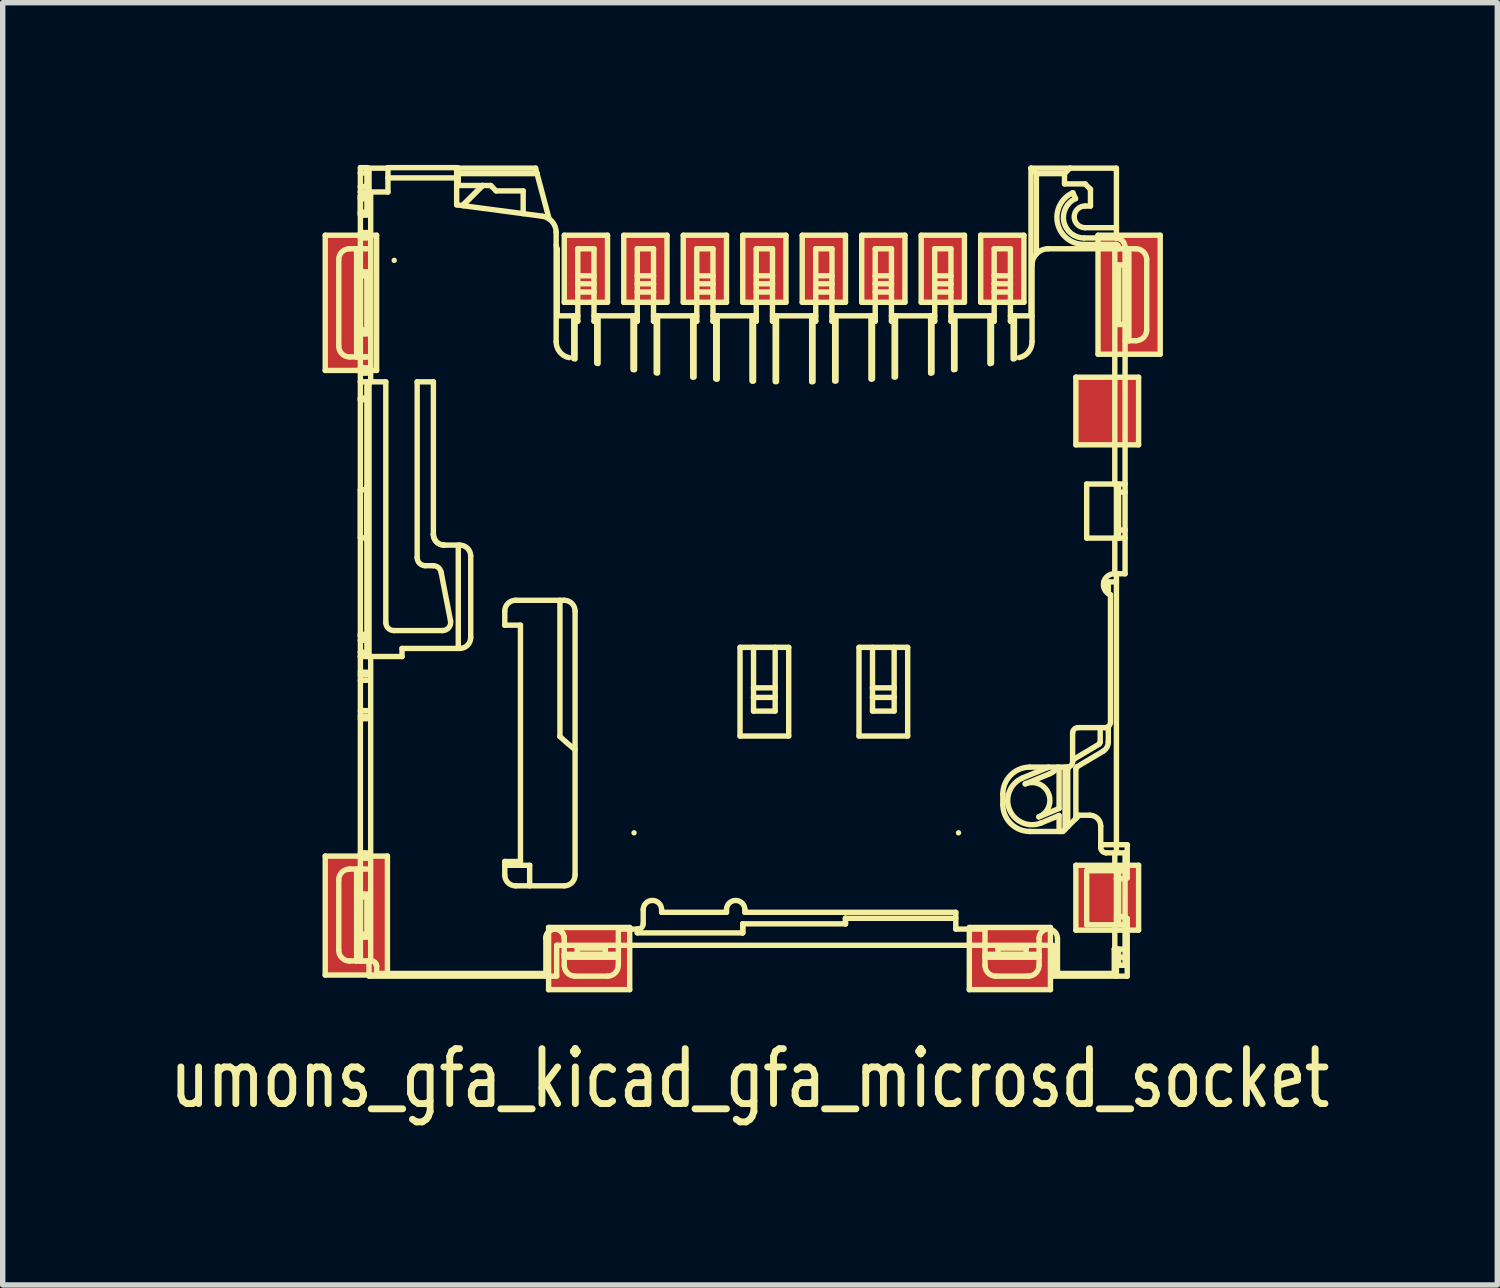
<source format=kicad_pcb>
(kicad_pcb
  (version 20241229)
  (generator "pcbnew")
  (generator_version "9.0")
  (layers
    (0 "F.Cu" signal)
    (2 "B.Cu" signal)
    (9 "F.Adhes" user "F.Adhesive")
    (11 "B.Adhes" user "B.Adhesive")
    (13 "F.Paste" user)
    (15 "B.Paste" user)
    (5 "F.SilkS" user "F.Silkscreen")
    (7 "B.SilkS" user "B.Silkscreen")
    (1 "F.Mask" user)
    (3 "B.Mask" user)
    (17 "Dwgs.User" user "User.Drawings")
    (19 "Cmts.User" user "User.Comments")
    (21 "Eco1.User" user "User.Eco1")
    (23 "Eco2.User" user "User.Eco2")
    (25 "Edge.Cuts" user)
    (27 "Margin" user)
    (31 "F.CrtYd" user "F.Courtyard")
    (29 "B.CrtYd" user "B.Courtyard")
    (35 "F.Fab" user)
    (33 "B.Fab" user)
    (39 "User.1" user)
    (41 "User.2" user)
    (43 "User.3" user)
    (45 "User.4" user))
  (footprint "umons_gfa_kicad_gfa_microsd_socket"
    (layer "F.Cu")
    (at 11.184 7.434)
    (property "Reference" "umons_gfa_kicad_gfa_microsd_socket" (at -0.366 9.459 0) (layer "F.SilkS") (effects (font (size 1.016 0.762) (thickness 0.127))))
    (attr through_hole)
    (fp_line (start -8.22 -6.134) (end -7.27 -6.134) (stroke (width 0.1) (type solid)) (layer "F.SilkS"))
    (fp_line (start -8.22 -3.634) (end -8.22 -6.134) (stroke (width 0.1) (type solid)) (layer "F.SilkS"))
    (fp_line (start -8.22 5.346) (end -7.07 5.346) (stroke (width 0.1) (type solid)) (layer "F.SilkS"))
    (fp_line (start -8.22 7.546) (end -8.22 5.346) (stroke (width 0.1) (type solid)) (layer "F.SilkS"))
    (fp_line (start -7.97 -4.084) (end -7.97 -5.684) (stroke (width 0.1) (type solid)) (layer "F.SilkS"))
    (fp_line (start -7.97 7.086) (end -7.97 5.786) (stroke (width 0.1) (type solid)) (layer "F.SilkS"))
    (fp_line (start -7.64 -5.884) (end -7.77 -5.884) (stroke (width 0.1) (type solid)) (layer "F.SilkS"))
    (fp_line (start -7.64 -3.884) (end -7.77 -3.884) (stroke (width 0.1) (type solid)) (layer "F.SilkS"))
    (fp_line (start -7.64 -3.884) (end -7.64 -5.884) (stroke (width 0.1) (type solid)) (layer "F.SilkS"))
    (fp_line (start -7.64 5.586) (end -7.77 5.586) (stroke (width 0.1) (type solid)) (layer "F.SilkS"))
    (fp_line (start -7.64 7.286) (end -7.77 7.286) (stroke (width 0.1) (type solid)) (layer "F.SilkS"))
    (fp_line (start -7.64 7.286) (end -7.64 5.586) (stroke (width 0.1) (type solid)) (layer "F.SilkS"))
    (fp_line (start -7.57 -7.284) (end -7.57 -7.384) (stroke (width 0.1) (type solid)) (layer "F.SilkS"))
    (fp_line (start -7.57 -7.284) (end -7.57 -7.034) (stroke (width 0.1) (type solid)) (layer "F.SilkS"))
    (fp_line (start -7.57 -7.284) (end -7.45 -7.284) (stroke (width 0.1) (type solid)) (layer "F.SilkS"))
    (fp_line (start -7.57 -7.034) (end -7.57 -6.934) (stroke (width 0.1) (type solid)) (layer "F.SilkS"))
    (fp_line (start -7.57 -7.034) (end -7.45 -7.034) (stroke (width 0.1) (type solid)) (layer "F.SilkS"))
    (fp_line (start -7.57 -6.934) (end -7.38 -6.934) (stroke (width 0.1) (type solid)) (layer "F.SilkS"))
    (fp_line (start -7.57 -6.859) (end -7.45 -6.859) (stroke (width 0.1) (type solid)) (layer "F.SilkS"))
    (fp_line (start -7.57 -6.859) (end -7.45 -6.859) (stroke (width 0.1) (type solid)) (layer "F.SilkS"))
    (fp_line (start -7.57 -6.824) (end -7.57 -6.544) (stroke (width 0.1) (type solid)) (layer "F.SilkS"))
    (fp_line (start -7.57 -6.824) (end -7.45 -6.824) (stroke (width 0.1) (type solid)) (layer "F.SilkS"))
    (fp_line (start -7.57 -6.809) (end -7.45 -6.809) (stroke (width 0.1) (type solid)) (layer "F.SilkS"))
    (fp_line (start -7.57 -6.559) (end -7.45 -6.559) (stroke (width 0.1) (type solid)) (layer "F.SilkS"))
    (fp_line (start -7.57 -6.544) (end -7.45 -6.544) (stroke (width 0.1) (type solid)) (layer "F.SilkS"))
    (fp_line (start -7.57 -6.509) (end -7.45 -6.509) (stroke (width 0.1) (type solid)) (layer "F.SilkS"))
    (fp_line (start -7.57 -6.509) (end -7.45 -6.509) (stroke (width 0.1) (type solid)) (layer "F.SilkS"))
    (fp_line (start -7.57 -6.084) (end -7.45 -6.084) (stroke (width 0.1) (type solid)) (layer "F.SilkS"))
    (fp_line (start -7.57 -5.884) (end -7.64 -5.884) (stroke (width 0.1) (type solid)) (layer "F.SilkS"))
    (fp_line (start -7.57 -5.884) (end -7.45 -5.884) (stroke (width 0.1) (type solid)) (layer "F.SilkS"))
    (fp_line (start -7.57 -5.459) (end -7.45 -5.459) (stroke (width 0.1) (type solid)) (layer "F.SilkS"))
    (fp_line (start -7.57 -5.409) (end -7.45 -5.409) (stroke (width 0.1) (type solid)) (layer "F.SilkS"))
    (fp_line (start -7.57 -5.384) (end -7.57 -4.384) (stroke (width 0.1) (type solid)) (layer "F.SilkS"))
    (fp_line (start -7.57 -5.384) (end -7.45 -5.384) (stroke (width 0.1) (type solid)) (layer "F.SilkS"))
    (fp_line (start -7.57 -4.384) (end -7.45 -4.384) (stroke (width 0.1) (type solid)) (layer "F.SilkS"))
    (fp_line (start -7.57 -4.359) (end -7.45 -4.359) (stroke (width 0.1) (type solid)) (layer "F.SilkS"))
    (fp_line (start -7.57 -4.309) (end -7.45 -4.309) (stroke (width 0.1) (type solid)) (layer "F.SilkS"))
    (fp_line (start -7.57 -3.884) (end -7.64 -3.884) (stroke (width 0.1) (type solid)) (layer "F.SilkS"))
    (fp_line (start -7.57 -3.884) (end -7.45 -3.884) (stroke (width 0.1) (type solid)) (layer "F.SilkS"))
    (fp_line (start -7.57 -3.884) (end -7.45 -3.884) (stroke (width 0.1) (type solid)) (layer "F.SilkS"))
    (fp_line (start -7.57 -3.684) (end -7.45 -3.684) (stroke (width 0.1) (type solid)) (layer "F.SilkS"))
    (fp_line (start -7.57 -3.684) (end -7.45 -3.684) (stroke (width 0.1) (type solid)) (layer "F.SilkS"))
    (fp_line (start -7.57 -3.424) (end -7.57 -6.934) (stroke (width 0.1) (type solid)) (layer "F.SilkS"))
    (fp_line (start -7.57 -3.424) (end -7.57 -3.124) (stroke (width 0.1) (type solid)) (layer "F.SilkS"))
    (fp_line (start -7.57 -3.424) (end -7.38 -3.424) (stroke (width 0.1) (type solid)) (layer "F.SilkS"))
    (fp_line (start -7.57 -3.124) (end -7.45 -3.124) (stroke (width 0.1) (type solid)) (layer "F.SilkS"))
    (fp_line (start -7.57 -3.092) (end -7.57 -3.124) (stroke (width 0.1) (type solid)) (layer "F.SilkS"))
    (fp_line (start -7.57 -1.429) (end -7.57 -0.539) (stroke (width 0.1) (type solid)) (layer "F.SilkS"))
    (fp_line (start -7.57 -1.429) (end -7.45 -1.429) (stroke (width 0.1) (type solid)) (layer "F.SilkS"))
    (fp_line (start -7.57 -0.539) (end -7.45 -0.539) (stroke (width 0.1) (type solid)) (layer "F.SilkS"))
    (fp_line (start -7.57 1.246) (end -7.57 -3.092) (stroke (width 0.1) (type solid)) (layer "F.SilkS"))
    (fp_line (start -7.57 1.246) (end -7.45 1.246) (stroke (width 0.1) (type solid)) (layer "F.SilkS"))
    (fp_line (start -7.57 1.276) (end -7.57 1.246) (stroke (width 0.1) (type solid)) (layer "F.SilkS"))
    (fp_line (start -7.57 1.276) (end -7.57 1.356) (stroke (width 0.1) (type solid)) (layer "F.SilkS"))
    (fp_line (start -7.57 1.276) (end -7.45 1.276) (stroke (width 0.1) (type solid)) (layer "F.SilkS"))
    (fp_line (start -7.57 1.356) (end -7.57 1.576) (stroke (width 0.1) (type solid)) (layer "F.SilkS"))
    (fp_line (start -7.57 1.356) (end -7.45 1.356) (stroke (width 0.1) (type solid)) (layer "F.SilkS"))
    (fp_line (start -7.57 1.576) (end -7.57 1.656) (stroke (width 0.1) (type solid)) (layer "F.SilkS"))
    (fp_line (start -7.57 1.576) (end -7.45 1.576) (stroke (width 0.1) (type solid)) (layer "F.SilkS"))
    (fp_line (start -7.57 1.656) (end -7.38 1.656) (stroke (width 0.1) (type solid)) (layer "F.SilkS"))
    (fp_line (start -7.57 1.996) (end -7.45 1.996) (stroke (width 0.1) (type solid)) (layer "F.SilkS"))
    (fp_line (start -7.57 2.096) (end -7.45 2.096) (stroke (width 0.1) (type solid)) (layer "F.SilkS"))
    (fp_line (start -7.57 2.656) (end -7.45 2.656) (stroke (width 0.1) (type solid)) (layer "F.SilkS"))
    (fp_line (start -7.57 2.756) (end -7.45 2.756) (stroke (width 0.1) (type solid)) (layer "F.SilkS"))
    (fp_line (start -7.57 5.386) (end -7.45 5.386) (stroke (width 0.1) (type solid)) (layer "F.SilkS"))
    (fp_line (start -7.57 5.586) (end -7.64 5.586) (stroke (width 0.1) (type solid)) (layer "F.SilkS"))
    (fp_line (start -7.57 5.586) (end -7.45 5.586) (stroke (width 0.1) (type solid)) (layer "F.SilkS"))
    (fp_line (start -7.57 6.046) (end -7.45 6.046) (stroke (width 0.1) (type solid)) (layer "F.SilkS"))
    (fp_line (start -7.57 6.096) (end -7.45 6.096) (stroke (width 0.1) (type solid)) (layer "F.SilkS"))
    (fp_line (start -7.57 6.101) (end -7.57 6.791) (stroke (width 0.1) (type solid)) (layer "F.SilkS"))
    (fp_line (start -7.57 6.101) (end -7.45 6.101) (stroke (width 0.1) (type solid)) (layer "F.SilkS"))
    (fp_line (start -7.57 6.791) (end -7.45 6.791) (stroke (width 0.1) (type solid)) (layer "F.SilkS"))
    (fp_line (start -7.57 6.796) (end -7.45 6.796) (stroke (width 0.1) (type solid)) (layer "F.SilkS"))
    (fp_line (start -7.57 6.846) (end -7.45 6.846) (stroke (width 0.1) (type solid)) (layer "F.SilkS"))
    (fp_line (start -7.57 7.286) (end -7.64 7.286) (stroke (width 0.1) (type solid)) (layer "F.SilkS"))
    (fp_line (start -7.57 7.286) (end -7.57 1.656) (stroke (width 0.1) (type solid)) (layer "F.SilkS"))
    (fp_line (start -7.57 7.286) (end -7.45 7.286) (stroke (width 0.1) (type solid)) (layer "F.SilkS"))
    (fp_line (start -7.57 7.286) (end -7.38 7.286) (stroke (width 0.1) (type solid)) (layer "F.SilkS"))
    (fp_line (start -7.45 -7.384) (end -7.57 -7.384) (stroke (width 0.1) (type solid)) (layer "F.SilkS"))
    (fp_line (start -7.45 -7.284) (end -7.45 -7.384) (stroke (width 0.1) (type solid)) (layer "F.SilkS"))
    (fp_line (start -7.45 -7.284) (end -7.45 -7.034) (stroke (width 0.1) (type solid)) (layer "F.SilkS"))
    (fp_line (start -7.45 -7.034) (end -7.45 -6.934) (stroke (width 0.1) (type solid)) (layer "F.SilkS"))
    (fp_line (start -7.45 -6.824) (end -7.45 -6.544) (stroke (width 0.1) (type solid)) (layer "F.SilkS"))
    (fp_line (start -7.45 -6.184) (end -7.57 -6.184) (stroke (width 0.1) (type solid)) (layer "F.SilkS"))
    (fp_line (start -7.45 -5.384) (end -7.45 -4.384) (stroke (width 0.1) (type solid)) (layer "F.SilkS"))
    (fp_line (start -7.45 -3.584) (end -7.57 -3.584) (stroke (width 0.1) (type solid)) (layer "F.SilkS"))
    (fp_line (start -7.45 -3.424) (end -7.45 -3.124) (stroke (width 0.1) (type solid)) (layer "F.SilkS"))
    (fp_line (start -7.45 -3.092) (end -7.57 -3.092) (stroke (width 0.1) (type solid)) (layer "F.SilkS"))
    (fp_line (start -7.45 -3.092) (end -7.45 -3.124) (stroke (width 0.1) (type solid)) (layer "F.SilkS"))
    (fp_line (start -7.45 -1.429) (end -7.45 -0.539) (stroke (width 0.1) (type solid)) (layer "F.SilkS"))
    (fp_line (start -7.45 -1.414) (end -7.45 -1.484) (stroke (width 0.1) (type solid)) (layer "F.SilkS"))
    (fp_line (start -7.45 -1.414) (end -7.45 -0.554) (stroke (width 0.1) (type solid)) (layer "F.SilkS"))
    (fp_line (start -7.45 -0.484) (end -7.45 -0.554) (stroke (width 0.1) (type solid)) (layer "F.SilkS"))
    (fp_line (start -7.45 1.246) (end -7.45 -3.092) (stroke (width 0.1) (type solid)) (layer "F.SilkS"))
    (fp_line (start -7.45 1.276) (end -7.45 1.246) (stroke (width 0.1) (type solid)) (layer "F.SilkS"))
    (fp_line (start -7.45 1.276) (end -7.45 1.356) (stroke (width 0.1) (type solid)) (layer "F.SilkS"))
    (fp_line (start -7.45 1.356) (end -7.45 1.576) (stroke (width 0.1) (type solid)) (layer "F.SilkS"))
    (fp_line (start -7.45 1.576) (end -7.45 1.656) (stroke (width 0.1) (type solid)) (layer "F.SilkS"))
    (fp_line (start -7.45 1.946) (end -7.57 1.946) (stroke (width 0.1) (type solid)) (layer "F.SilkS"))
    (fp_line (start -7.45 2.806) (end -7.57 2.806) (stroke (width 0.1) (type solid)) (layer "F.SilkS"))
    (fp_line (start -7.45 5.286) (end -7.57 5.286) (stroke (width 0.1) (type solid)) (layer "F.SilkS"))
    (fp_line (start -7.45 6.101) (end -7.45 6.791) (stroke (width 0.1) (type solid)) (layer "F.SilkS"))
    (fp_line (start -7.41 -7.374) (end -7.06 -7.374) (stroke (width 0.1) (type solid)) (layer "F.SilkS"))
    (fp_line (start -7.41 -6.934) (end -7.41 -7.374) (stroke (width 0.1) (type solid)) (layer "F.SilkS"))
    (fp_line (start -7.41 1.656) (end -7.41 -3.424) (stroke (width 0.1) (type solid)) (layer "F.SilkS"))
    (fp_line (start -7.41 7.566) (end -7.41 7.286) (stroke (width 0.1) (type solid)) (layer "F.SilkS"))
    (fp_line (start -7.38 -6.934) (end -7.06 -6.934) (stroke (width 0.1) (type solid)) (layer "F.SilkS"))
    (fp_line (start -7.38 -3.424) (end -7.38 -6.934) (stroke (width 0.1) (type solid)) (layer "F.SilkS"))
    (fp_line (start -7.38 -3.424) (end -7.1 -3.424) (stroke (width 0.1) (type solid)) (layer "F.SilkS"))
    (fp_line (start -7.38 1.656) (end -6.8 1.656) (stroke (width 0.1) (type solid)) (layer "F.SilkS"))
    (fp_line (start -7.38 7.286) (end -7.38 1.656) (stroke (width 0.1) (type solid)) (layer "F.SilkS"))
    (fp_line (start -7.38 7.286) (end -7.37 7.286) (stroke (width 0.1) (type solid)) (layer "F.SilkS"))
    (fp_line (start -7.27 -6.134) (end -7.27 -3.634) (stroke (width 0.1) (type solid)) (layer "F.SilkS"))
    (fp_line (start -7.27 -3.634) (end -8.22 -3.634) (stroke (width 0.1) (type solid)) (layer "F.SilkS"))
    (fp_line (start -7.27 7.516) (end -7.27 7.386) (stroke (width 0.1) (type solid)) (layer "F.SilkS"))
    (fp_line (start -7.27 7.516) (end -4.14 7.516) (stroke (width 0.1) (type solid)) (layer "F.SilkS"))
    (fp_line (start -7.1 -3.424) (end -7.1 1.026) (stroke (width 0.1) (type solid)) (layer "F.SilkS"))
    (fp_line (start -7.07 5.346) (end -7.07 7.546) (stroke (width 0.1) (type solid)) (layer "F.SilkS"))
    (fp_line (start -7.07 7.546) (end -8.22 7.546) (stroke (width 0.1) (type solid)) (layer "F.SilkS"))
    (fp_line (start -7.06 -7.384) (end -5.79 -7.384) (stroke (width 0.1) (type solid)) (layer "F.SilkS"))
    (fp_line (start -7.06 -7.374) (end -7.06 -7.384) (stroke (width 0.1) (type solid)) (layer "F.SilkS"))
    (fp_line (start -7.06 -7.371) (end -7.06 -7.374) (stroke (width 0.1) (type solid)) (layer "F.SilkS"))
    (fp_line (start -7.06 -7.194) (end -7.06 -7.371) (stroke (width 0.1) (type solid)) (layer "F.SilkS"))
    (fp_line (start -7.06 -7.194) (end -7.06 -6.934) (stroke (width 0.1) (type solid)) (layer "F.SilkS"))
    (fp_line (start -7.06 -7.194) (end -5.79 -7.194) (stroke (width 0.1) (type solid)) (layer "F.SilkS"))
    (fp_line (start -6.95 1.176) (end -6.05 1.176) (stroke (width 0.1) (type solid)) (layer "F.SilkS"))
    (fp_line (start -6.945 -5.67) (end -6.945 -5.67) (stroke (width 0.1) (type solid)) (layer "F.SilkS"))
    (fp_line (start -6.8 1.506) (end -6.8 1.656) (stroke (width 0.1) (type solid)) (layer "F.SilkS"))
    (fp_line (start -6.8 1.506) (end -5.73 1.506) (stroke (width 0.1) (type solid)) (layer "F.SilkS"))
    (fp_line (start -6.52 -3.424) (end -6.22 -3.424) (stroke (width 0.1) (type solid)) (layer "F.SilkS"))
    (fp_line (start -6.52 -0.174) (end -6.52 -3.424) (stroke (width 0.1) (type solid)) (layer "F.SilkS"))
    (fp_line (start -6.224 -0.024) (end -6.37 -0.024) (stroke (width 0.1) (type solid)) (layer "F.SilkS"))
    (fp_line (start -6.22 -0.604) (end -6.22 -3.424) (stroke (width 0.1) (type solid)) (layer "F.SilkS"))
    (fp_line (start -5.903 0.998) (end -6.077 0.098) (stroke (width 0.1) (type solid)) (layer "F.SilkS"))
    (fp_line (start -5.79 -7.384) (end -5.79 -7.194) (stroke (width 0.1) (type solid)) (layer "F.SilkS"))
    (fp_line (start -5.79 -7.194) (end -5.79 -6.696) (stroke (width 0.1) (type solid)) (layer "F.SilkS"))
    (fp_line (start -5.79 -6.696) (end -4.211 -6.487) (stroke (width 0.1) (type solid)) (layer "F.SilkS"))
    (fp_line (start -5.76 -7.374) (end -5.79 -7.374) (stroke (width 0.1) (type solid)) (layer "F.SilkS"))
    (fp_line (start -5.76 -7.374) (end -4.33 -7.374) (stroke (width 0.1) (type solid)) (layer "F.SilkS"))
    (fp_line (start -5.76 -7.274) (end -5.79 -7.304) (stroke (width 0.1) (type solid)) (layer "F.SilkS"))
    (fp_line (start -5.76 -7.274) (end -5.76 -7.374) (stroke (width 0.1) (type solid)) (layer "F.SilkS"))
    (fp_line (start -5.76 -7.274) (end -5.76 -7.054) (stroke (width 0.1) (type solid)) (layer "F.SilkS"))
    (fp_line (start -5.76 -7.274) (end -4.304 -7.274) (stroke (width 0.1) (type solid)) (layer "F.SilkS"))
    (fp_line (start -5.76 -0.404) (end -5.76 1.506) (stroke (width 0.1) (type solid)) (layer "F.SilkS"))
    (fp_line (start -5.73 -0.404) (end -6.02 -0.404) (stroke (width 0.1) (type solid)) (layer "F.SilkS"))
    (fp_line (start -5.66 -6.704) (end -5.31 -7.054) (stroke (width 0.1) (type solid)) (layer "F.SilkS"))
    (fp_line (start -5.66 -6.704) (end -5.31 -7.054) (stroke (width 0.1) (type solid)) (layer "F.SilkS"))
    (fp_line (start -5.66 -6.679) (end -5.66 -6.704) (stroke (width 0.1) (type solid)) (layer "F.SilkS"))
    (fp_line (start -5.53 1.306) (end -5.53 -0.204) (stroke (width 0.1) (type solid)) (layer "F.SilkS"))
    (fp_line (start -5.31 -7.054) (end -5.76 -7.054) (stroke (width 0.1) (type solid)) (layer "F.SilkS"))
    (fp_line (start -5.31 -7.054) (end -5.16 -7.054) (stroke (width 0.1) (type solid)) (layer "F.SilkS"))
    (fp_line (start -5.06 -6.954) (end -5.16 -7.054) (stroke (width 0.1) (type solid)) (layer "F.SilkS"))
    (fp_line (start -4.9 0.816) (end -4.9 1.076) (stroke (width 0.1) (type solid)) (layer "F.SilkS"))
    (fp_line (start -4.9 1.076) (end -4.61 1.076) (stroke (width 0.1) (type solid)) (layer "F.SilkS"))
    (fp_line (start -4.9 5.446) (end -4.9 5.696) (stroke (width 0.1) (type solid)) (layer "F.SilkS"))
    (fp_line (start -4.7 5.896) (end -3.8 5.896) (stroke (width 0.1) (type solid)) (layer "F.SilkS"))
    (fp_line (start -4.61 1.076) (end -4.61 5.446) (stroke (width 0.1) (type solid)) (layer "F.SilkS"))
    (fp_line (start -4.61 5.446) (end -4.9 5.446) (stroke (width 0.1) (type solid)) (layer "F.SilkS"))
    (fp_line (start -4.56 -6.954) (end -5.06 -6.954) (stroke (width 0.1) (type solid)) (layer "F.SilkS"))
    (fp_line (start -4.56 -6.533) (end -4.56 -6.954) (stroke (width 0.1) (type solid)) (layer "F.SilkS"))
    (fp_line (start -4.44 5.516) (end -4.9 5.516) (stroke (width 0.1) (type solid)) (layer "F.SilkS"))
    (fp_line (start -4.44 5.516) (end -4.44 5.896) (stroke (width 0.1) (type solid)) (layer "F.SilkS"))
    (fp_line (start -4.304 -7.274) (end -4.33 -7.374) (stroke (width 0.1) (type solid)) (layer "F.SilkS"))
    (fp_line (start -4.14 7.516) (end -4.14 6.866) (stroke (width 0.1) (type solid)) (layer "F.SilkS"))
    (fp_line (start -4.09 6.666) (end -2.59 6.666) (stroke (width 0.1) (type solid)) (layer "F.SilkS"))
    (fp_line (start -4.09 7.816) (end -4.09 6.666) (stroke (width 0.1) (type solid)) (layer "F.SilkS"))
    (fp_line (start -4.08 -6.436) (end -4.304 -7.274) (stroke (width 0.1) (type solid)) (layer "F.SilkS"))
    (fp_line (start -3.95 -6.189) (end -3.95 -4.164) (stroke (width 0.1) (type solid)) (layer "F.SilkS"))
    (fp_line (start -3.94 6.996) (end -3.94 7.566) (stroke (width 0.1) (type solid)) (layer "F.SilkS"))
    (fp_line (start -3.94 7.566) (end -7.41 7.566) (stroke (width 0.1) (type solid)) (layer "F.SilkS"))
    (fp_line (start -3.93 -5.874) (end -3.95 -5.949) (stroke (width 0.1) (type solid)) (layer "F.SilkS"))
    (fp_line (start -3.93 -5.874) (end -3.93 -4.644) (stroke (width 0.1) (type solid)) (layer "F.SilkS"))
    (fp_line (start -3.88 0.616) (end -3.88 3.136) (stroke (width 0.1) (type solid)) (layer "F.SilkS"))
    (fp_line (start -3.8 -6.134) (end -3 -6.134) (stroke (width 0.1) (type solid)) (layer "F.SilkS"))
    (fp_line (start -3.8 -4.894) (end -3.8 -6.134) (stroke (width 0.1) (type solid)) (layer "F.SilkS"))
    (fp_line (start -3.8 0.616) (end -4.7 0.616) (stroke (width 0.1) (type solid)) (layer "F.SilkS"))
    (fp_line (start -3.8 6.996) (end -3.94 6.996) (stroke (width 0.1) (type solid)) (layer "F.SilkS"))
    (fp_line (start -3.8 6.996) (end -3.8 6.866) (stroke (width 0.1) (type solid)) (layer "F.SilkS"))
    (fp_line (start -3.8 6.996) (end -3.8 7.166) (stroke (width 0.1) (type solid)) (layer "F.SilkS"))
    (fp_line (start -3.8 7.166) (end -3.8 7.216) (stroke (width 0.1) (type solid)) (layer "F.SilkS"))
    (fp_line (start -3.8 7.216) (end -3.8 7.366) (stroke (width 0.1) (type solid)) (layer "F.SilkS"))
    (fp_line (start -3.625 -4.644) (end -3.93 -4.644) (stroke (width 0.1) (type solid)) (layer "F.SilkS"))
    (fp_line (start -3.625 -4.644) (end -3.55 -4.644) (stroke (width 0.1) (type solid)) (layer "F.SilkS"))
    (fp_line (start -3.625 -3.852) (end -3.625 -4.644) (stroke (width 0.1) (type solid)) (layer "F.SilkS"))
    (fp_line (start -3.6 -4.544) (end -3.6 -3.847) (stroke (width 0.1) (type solid)) (layer "F.SilkS"))
    (fp_line (start -3.6 -4.544) (end -3.55 -4.544) (stroke (width 0.1) (type solid)) (layer "F.SilkS"))
    (fp_line (start -3.6 5.696) (end -3.6 0.816) (stroke (width 0.1) (type solid)) (layer "F.SilkS"))
    (fp_line (start -3.6 7.166) (end -3.8 7.166) (stroke (width 0.1) (type solid)) (layer "F.SilkS"))
    (fp_line (start -3.6 7.166) (end -3 7.166) (stroke (width 0.1) (type solid)) (layer "F.SilkS"))
    (fp_line (start -3.56 7.046) (end -3.04 7.046) (stroke (width 0.1) (type solid)) (layer "F.SilkS"))
    (fp_line (start -3.56 7.166) (end -3.56 7.046) (stroke (width 0.1) (type solid)) (layer "F.SilkS"))
    (fp_line (start -3.56 7.166) (end -3.04 7.166) (stroke (width 0.1) (type solid)) (layer "F.SilkS"))
    (fp_line (start -3.55 -5.884) (end -3.55 -5.385) (stroke (width 0.1) (type solid)) (layer "F.SilkS"))
    (fp_line (start -3.55 -5.884) (end -3.25 -5.884) (stroke (width 0.1) (type solid)) (layer "F.SilkS"))
    (fp_line (start -3.55 -5.385) (end -3.55 -5.237) (stroke (width 0.1) (type solid)) (layer "F.SilkS"))
    (fp_line (start -3.55 -5.385) (end -3.25 -5.385) (stroke (width 0.1) (type solid)) (layer "F.SilkS"))
    (fp_line (start -3.55 -5.237) (end -3.55 -5.084) (stroke (width 0.1) (type solid)) (layer "F.SilkS"))
    (fp_line (start -3.55 -5.237) (end -3.25 -5.237) (stroke (width 0.1) (type solid)) (layer "F.SilkS"))
    (fp_line (start -3.55 -5.084) (end -3.55 -4.544) (stroke (width 0.1) (type solid)) (layer "F.SilkS"))
    (fp_line (start -3.55 -5.084) (end -3.25 -5.084) (stroke (width 0.1) (type solid)) (layer "F.SilkS"))
    (fp_line (start -3.25 -5.884) (end -3.25 -5.385) (stroke (width 0.1) (type solid)) (layer "F.SilkS"))
    (fp_line (start -3.25 -5.385) (end -3.25 -5.237) (stroke (width 0.1) (type solid)) (layer "F.SilkS"))
    (fp_line (start -3.25 -5.237) (end -3.25 -5.084) (stroke (width 0.1) (type solid)) (layer "F.SilkS"))
    (fp_line (start -3.25 -5.084) (end -3.25 -4.544) (stroke (width 0.1) (type solid)) (layer "F.SilkS"))
    (fp_line (start -3.25 -4.644) (end -3.175 -4.644) (stroke (width 0.1) (type solid)) (layer "F.SilkS"))
    (fp_line (start -3.25 -4.544) (end -3.2 -4.544) (stroke (width 0.1) (type solid)) (layer "F.SilkS"))
    (fp_line (start -3.2 -4.544) (end -3.2 -3.767) (stroke (width 0.1) (type solid)) (layer "F.SilkS"))
    (fp_line (start -3.175 -3.762) (end -3.175 -4.644) (stroke (width 0.1) (type solid)) (layer "F.SilkS"))
    (fp_line (start -3.04 7.166) (end -3.04 7.046) (stroke (width 0.1) (type solid)) (layer "F.SilkS"))
    (fp_line (start -3 -6.134) (end -3 -4.894) (stroke (width 0.1) (type solid)) (layer "F.SilkS"))
    (fp_line (start -3 -4.894) (end -3.8 -4.894) (stroke (width 0.1) (type solid)) (layer "F.SilkS"))
    (fp_line (start -3 7.566) (end -3.6 7.566) (stroke (width 0.1) (type solid)) (layer "F.SilkS"))
    (fp_line (start -2.8 6.696) (end -2.8 6.996) (stroke (width 0.1) (type solid)) (layer "F.SilkS"))
    (fp_line (start -2.8 6.996) (end -3.8 6.996) (stroke (width 0.1) (type solid)) (layer "F.SilkS"))
    (fp_line (start -2.8 6.996) (end -2.8 7.166) (stroke (width 0.1) (type solid)) (layer "F.SilkS"))
    (fp_line (start -2.8 7.166) (end -3.8 7.166) (stroke (width 0.1) (type solid)) (layer "F.SilkS"))
    (fp_line (start -2.8 7.166) (end -3 7.166) (stroke (width 0.1) (type solid)) (layer "F.SilkS"))
    (fp_line (start -2.8 7.166) (end -2.8 7.216) (stroke (width 0.1) (type solid)) (layer "F.SilkS"))
    (fp_line (start -2.8 7.216) (end -3.8 7.216) (stroke (width 0.1) (type solid)) (layer "F.SilkS"))
    (fp_line (start -2.8 7.216) (end -2.8 7.366) (stroke (width 0.1) (type solid)) (layer "F.SilkS"))
    (fp_line (start -2.7 -6.134) (end -1.9 -6.134) (stroke (width 0.1) (type solid)) (layer "F.SilkS"))
    (fp_line (start -2.7 -4.894) (end -2.7 -6.134) (stroke (width 0.1) (type solid)) (layer "F.SilkS"))
    (fp_line (start -2.59 6.666) (end -2.59 7.816) (stroke (width 0.1) (type solid)) (layer "F.SilkS"))
    (fp_line (start -2.59 7.816) (end -4.09 7.816) (stroke (width 0.1) (type solid)) (layer "F.SilkS"))
    (fp_line (start -2.525 -4.644) (end -3.175 -4.644) (stroke (width 0.1) (type solid)) (layer "F.SilkS"))
    (fp_line (start -2.525 -4.644) (end -2.45 -4.644) (stroke (width 0.1) (type solid)) (layer "F.SilkS"))
    (fp_line (start -2.525 -3.651) (end -2.525 -4.644) (stroke (width 0.1) (type solid)) (layer "F.SilkS"))
    (fp_line (start -2.525 -3.651) (end -2.525 -4.644) (stroke (width 0.1) (type solid)) (layer "F.SilkS"))
    (fp_line (start -2.51 4.916) (end -2.51 4.916) (stroke (width 0.1) (type solid)) (layer "F.SilkS"))
    (fp_line (start -2.5 -4.544) (end -2.5 -3.647) (stroke (width 0.1) (type solid)) (layer "F.SilkS"))
    (fp_line (start -2.5 -4.544) (end -2.45 -4.544) (stroke (width 0.1) (type solid)) (layer "F.SilkS"))
    (fp_line (start -2.45 -5.884) (end -2.45 -5.385) (stroke (width 0.1) (type solid)) (layer "F.SilkS"))
    (fp_line (start -2.45 -5.884) (end -2.15 -5.884) (stroke (width 0.1) (type solid)) (layer "F.SilkS"))
    (fp_line (start -2.45 -5.385) (end -2.45 -5.237) (stroke (width 0.1) (type solid)) (layer "F.SilkS"))
    (fp_line (start -2.45 -5.385) (end -2.15 -5.385) (stroke (width 0.1) (type solid)) (layer "F.SilkS"))
    (fp_line (start -2.45 -5.237) (end -2.45 -5.084) (stroke (width 0.1) (type solid)) (layer "F.SilkS"))
    (fp_line (start -2.45 -5.237) (end -2.15 -5.237) (stroke (width 0.1) (type solid)) (layer "F.SilkS"))
    (fp_line (start -2.45 -5.084) (end -2.45 -4.544) (stroke (width 0.1) (type solid)) (layer "F.SilkS"))
    (fp_line (start -2.45 -5.084) (end -2.15 -5.084) (stroke (width 0.1) (type solid)) (layer "F.SilkS"))
    (fp_line (start -2.45 6.696) (end -2.45 6.766) (stroke (width 0.1) (type solid)) (layer "F.SilkS"))
    (fp_line (start -2.45 6.766) (end -0.5 6.766) (stroke (width 0.1) (type solid)) (layer "F.SilkS"))
    (fp_line (start -2.44 6.696) (end -2.8 6.696) (stroke (width 0.1) (type solid)) (layer "F.SilkS"))
    (fp_line (start -2.34 6.336) (end -2.34 6.596) (stroke (width 0.1) (type solid)) (layer "F.SilkS"))
    (fp_line (start -2.15 -5.884) (end -2.15 -5.385) (stroke (width 0.1) (type solid)) (layer "F.SilkS"))
    (fp_line (start -2.15 -5.385) (end -2.15 -5.237) (stroke (width 0.1) (type solid)) (layer "F.SilkS"))
    (fp_line (start -2.15 -5.237) (end -2.15 -5.084) (stroke (width 0.1) (type solid)) (layer "F.SilkS"))
    (fp_line (start -2.15 -5.084) (end -2.15 -4.544) (stroke (width 0.1) (type solid)) (layer "F.SilkS"))
    (fp_line (start -2.15 -4.644) (end -2.075 -4.644) (stroke (width 0.1) (type solid)) (layer "F.SilkS"))
    (fp_line (start -2.15 -4.544) (end -2.1 -4.544) (stroke (width 0.1) (type solid)) (layer "F.SilkS"))
    (fp_line (start -2.1 -4.544) (end -2.1 -3.59) (stroke (width 0.1) (type solid)) (layer "F.SilkS"))
    (fp_line (start -2.075 -3.587) (end -2.075 -4.644) (stroke (width 0.1) (type solid)) (layer "F.SilkS"))
    (fp_line (start -2 6.386) (end -2 6.336) (stroke (width 0.1) (type solid)) (layer "F.SilkS"))
    (fp_line (start -1.9 -6.134) (end -1.9 -4.894) (stroke (width 0.1) (type solid)) (layer "F.SilkS"))
    (fp_line (start -1.9 -4.894) (end -2.7 -4.894) (stroke (width 0.1) (type solid)) (layer "F.SilkS"))
    (fp_line (start -1.6 -6.134) (end -0.8 -6.134) (stroke (width 0.1) (type solid)) (layer "F.SilkS"))
    (fp_line (start -1.6 -4.894) (end -1.6 -6.134) (stroke (width 0.1) (type solid)) (layer "F.SilkS"))
    (fp_line (start -1.425 -4.644) (end -2.075 -4.644) (stroke (width 0.1) (type solid)) (layer "F.SilkS"))
    (fp_line (start -1.425 -4.644) (end -1.35 -4.644) (stroke (width 0.1) (type solid)) (layer "F.SilkS"))
    (fp_line (start -1.425 -3.514) (end -1.425 -4.644) (stroke (width 0.1) (type solid)) (layer "F.SilkS"))
    (fp_line (start -1.425 -3.514) (end -1.425 -4.644) (stroke (width 0.1) (type solid)) (layer "F.SilkS"))
    (fp_line (start -1.4 -4.544) (end -1.4 -3.511) (stroke (width 0.1) (type solid)) (layer "F.SilkS"))
    (fp_line (start -1.4 -4.544) (end -1.35 -4.544) (stroke (width 0.1) (type solid)) (layer "F.SilkS"))
    (fp_line (start -1.35 -5.884) (end -1.35 -5.385) (stroke (width 0.1) (type solid)) (layer "F.SilkS"))
    (fp_line (start -1.35 -5.884) (end -1.05 -5.884) (stroke (width 0.1) (type solid)) (layer "F.SilkS"))
    (fp_line (start -1.35 -5.385) (end -1.35 -5.237) (stroke (width 0.1) (type solid)) (layer "F.SilkS"))
    (fp_line (start -1.35 -5.385) (end -1.05 -5.385) (stroke (width 0.1) (type solid)) (layer "F.SilkS"))
    (fp_line (start -1.35 -5.237) (end -1.35 -5.084) (stroke (width 0.1) (type solid)) (layer "F.SilkS"))
    (fp_line (start -1.35 -5.237) (end -1.05 -5.237) (stroke (width 0.1) (type solid)) (layer "F.SilkS"))
    (fp_line (start -1.35 -5.084) (end -1.35 -4.544) (stroke (width 0.1) (type solid)) (layer "F.SilkS"))
    (fp_line (start -1.35 -5.084) (end -1.05 -5.084) (stroke (width 0.1) (type solid)) (layer "F.SilkS"))
    (fp_line (start -1.05 -5.884) (end -1.05 -5.385) (stroke (width 0.1) (type solid)) (layer "F.SilkS"))
    (fp_line (start -1.05 -5.385) (end -1.05 -5.237) (stroke (width 0.1) (type solid)) (layer "F.SilkS"))
    (fp_line (start -1.05 -5.237) (end -1.05 -5.084) (stroke (width 0.1) (type solid)) (layer "F.SilkS"))
    (fp_line (start -1.05 -5.084) (end -1.05 -4.544) (stroke (width 0.1) (type solid)) (layer "F.SilkS"))
    (fp_line (start -1.05 -4.644) (end -0.975 -4.644) (stroke (width 0.1) (type solid)) (layer "F.SilkS"))
    (fp_line (start -1.05 -4.544) (end -1 -4.544) (stroke (width 0.1) (type solid)) (layer "F.SilkS"))
    (fp_line (start -1 -4.544) (end -1 -3.478) (stroke (width 0.1) (type solid)) (layer "F.SilkS"))
    (fp_line (start -0.975 -3.476) (end -0.975 -4.644) (stroke (width 0.1) (type solid)) (layer "F.SilkS"))
    (fp_line (start -0.975 -3.476) (end -0.975 -4.644) (stroke (width 0.1) (type solid)) (layer "F.SilkS"))
    (fp_line (start -0.8 -6.134) (end -0.8 -4.894) (stroke (width 0.1) (type solid)) (layer "F.SilkS"))
    (fp_line (start -0.8 -4.894) (end -1.6 -4.894) (stroke (width 0.1) (type solid)) (layer "F.SilkS"))
    (fp_line (start -0.8 6.336) (end -0.8 6.386) (stroke (width 0.1) (type solid)) (layer "F.SilkS"))
    (fp_line (start -0.8 6.386) (end -2 6.386) (stroke (width 0.1) (type solid)) (layer "F.SilkS"))
    (fp_line (start -0.55 1.486) (end -0.55 3.126) (stroke (width 0.1) (type solid)) (layer "F.SilkS"))
    (fp_line (start -0.55 3.126) (end 0.35 3.126) (stroke (width 0.1) (type solid)) (layer "F.SilkS"))
    (fp_line (start -0.5 -6.134) (end 0.3 -6.134) (stroke (width 0.1) (type solid)) (layer "F.SilkS"))
    (fp_line (start -0.5 -4.894) (end -0.5 -6.134) (stroke (width 0.1) (type solid)) (layer "F.SilkS"))
    (fp_line (start -0.5 6.599) (end 1.4 6.599) (stroke (width 0.1) (type solid)) (layer "F.SilkS"))
    (fp_line (start -0.5 6.766) (end -0.5 6.599) (stroke (width 0.1) (type solid)) (layer "F.SilkS"))
    (fp_line (start -0.5 6.766) (end -0.5 6.599) (stroke (width 0.1) (type solid)) (layer "F.SilkS"))
    (fp_line (start -0.46 6.386) (end -0.46 6.336) (stroke (width 0.1) (type solid)) (layer "F.SilkS"))
    (fp_line (start -0.325 -4.644) (end -0.975 -4.644) (stroke (width 0.1) (type solid)) (layer "F.SilkS"))
    (fp_line (start -0.325 -4.644) (end -0.25 -4.644) (stroke (width 0.1) (type solid)) (layer "F.SilkS"))
    (fp_line (start -0.325 -3.439) (end -0.325 -4.644) (stroke (width 0.1) (type solid)) (layer "F.SilkS"))
    (fp_line (start -0.325 -3.439) (end -0.325 -4.644) (stroke (width 0.1) (type solid)) (layer "F.SilkS"))
    (fp_line (start -0.3 -4.544) (end -0.3 -3.438) (stroke (width 0.1) (type solid)) (layer "F.SilkS"))
    (fp_line (start -0.3 -4.544) (end -0.25 -4.544) (stroke (width 0.1) (type solid)) (layer "F.SilkS"))
    (fp_line (start -0.3 1.486) (end -0.3 2.235) (stroke (width 0.1) (type solid)) (layer "F.SilkS"))
    (fp_line (start -0.3 2.235) (end -0.3 2.412) (stroke (width 0.1) (type solid)) (layer "F.SilkS"))
    (fp_line (start -0.3 2.235) (end 0.1 2.235) (stroke (width 0.1) (type solid)) (layer "F.SilkS"))
    (fp_line (start -0.3 2.412) (end -0.3 2.665) (stroke (width 0.1) (type solid)) (layer "F.SilkS"))
    (fp_line (start -0.3 2.412) (end 0.1 2.412) (stroke (width 0.1) (type solid)) (layer "F.SilkS"))
    (fp_line (start -0.3 2.665) (end 0.1 2.665) (stroke (width 0.1) (type solid)) (layer "F.SilkS"))
    (fp_line (start -0.25 -5.884) (end -0.25 -5.385) (stroke (width 0.1) (type solid)) (layer "F.SilkS"))
    (fp_line (start -0.25 -5.884) (end 0.05 -5.884) (stroke (width 0.1) (type solid)) (layer "F.SilkS"))
    (fp_line (start -0.25 -5.385) (end -0.25 -5.237) (stroke (width 0.1) (type solid)) (layer "F.SilkS"))
    (fp_line (start -0.25 -5.385) (end 0.05 -5.385) (stroke (width 0.1) (type solid)) (layer "F.SilkS"))
    (fp_line (start -0.25 -5.237) (end -0.25 -5.084) (stroke (width 0.1) (type solid)) (layer "F.SilkS"))
    (fp_line (start -0.25 -5.237) (end 0.05 -5.237) (stroke (width 0.1) (type solid)) (layer "F.SilkS"))
    (fp_line (start -0.25 -5.084) (end -0.25 -4.544) (stroke (width 0.1) (type solid)) (layer "F.SilkS"))
    (fp_line (start -0.25 -5.084) (end 0.05 -5.084) (stroke (width 0.1) (type solid)) (layer "F.SilkS"))
    (fp_line (start 0.05 -5.884) (end 0.05 -5.385) (stroke (width 0.1) (type solid)) (layer "F.SilkS"))
    (fp_line (start 0.05 -5.385) (end 0.05 -5.237) (stroke (width 0.1) (type solid)) (layer "F.SilkS"))
    (fp_line (start 0.05 -5.237) (end 0.05 -5.084) (stroke (width 0.1) (type solid)) (layer "F.SilkS"))
    (fp_line (start 0.05 -5.084) (end 0.05 -4.544) (stroke (width 0.1) (type solid)) (layer "F.SilkS"))
    (fp_line (start 0.05 -4.644) (end 0.125 -4.644) (stroke (width 0.1) (type solid)) (layer "F.SilkS"))
    (fp_line (start 0.05 -4.544) (end 0.1 -4.544) (stroke (width 0.1) (type solid)) (layer "F.SilkS"))
    (fp_line (start 0.1 -4.544) (end 0.1 -3.427) (stroke (width 0.1) (type solid)) (layer "F.SilkS"))
    (fp_line (start 0.1 1.486) (end 0.1 2.235) (stroke (width 0.1) (type solid)) (layer "F.SilkS"))
    (fp_line (start 0.1 2.235) (end 0.1 2.412) (stroke (width 0.1) (type solid)) (layer "F.SilkS"))
    (fp_line (start 0.1 2.412) (end 0.1 2.665) (stroke (width 0.1) (type solid)) (layer "F.SilkS"))
    (fp_line (start 0.125 -3.427) (end 0.125 -4.644) (stroke (width 0.1) (type solid)) (layer "F.SilkS"))
    (fp_line (start 0.3 -6.134) (end 0.3 -4.894) (stroke (width 0.1) (type solid)) (layer "F.SilkS"))
    (fp_line (start 0.3 -4.894) (end -0.5 -4.894) (stroke (width 0.1) (type solid)) (layer "F.SilkS"))
    (fp_line (start 0.35 1.486) (end -0.55 1.486) (stroke (width 0.1) (type solid)) (layer "F.SilkS"))
    (fp_line (start 0.35 3.126) (end 0.35 1.486) (stroke (width 0.1) (type solid)) (layer "F.SilkS"))
    (fp_line (start 0.6 -6.134) (end 1.4 -6.134) (stroke (width 0.1) (type solid)) (layer "F.SilkS"))
    (fp_line (start 0.6 -4.894) (end 0.6 -6.134) (stroke (width 0.1) (type solid)) (layer "F.SilkS"))
    (fp_line (start 0.775 -4.644) (end 0.125 -4.644) (stroke (width 0.1) (type solid)) (layer "F.SilkS"))
    (fp_line (start 0.775 -4.644) (end 0.85 -4.644) (stroke (width 0.1) (type solid)) (layer "F.SilkS"))
    (fp_line (start 0.775 -3.427) (end 0.775 -4.644) (stroke (width 0.1) (type solid)) (layer "F.SilkS"))
    (fp_line (start 0.775 -3.427) (end 0.775 -4.644) (stroke (width 0.1) (type solid)) (layer "F.SilkS"))
    (fp_line (start 0.8 -4.544) (end 0.8 -3.427) (stroke (width 0.1) (type solid)) (layer "F.SilkS"))
    (fp_line (start 0.8 -4.544) (end 0.85 -4.544) (stroke (width 0.1) (type solid)) (layer "F.SilkS"))
    (fp_line (start 0.85 -5.884) (end 0.85 -5.385) (stroke (width 0.1) (type solid)) (layer "F.SilkS"))
    (fp_line (start 0.85 -5.884) (end 1.15 -5.884) (stroke (width 0.1) (type solid)) (layer "F.SilkS"))
    (fp_line (start 0.85 -5.385) (end 0.85 -5.237) (stroke (width 0.1) (type solid)) (layer "F.SilkS"))
    (fp_line (start 0.85 -5.385) (end 1.15 -5.385) (stroke (width 0.1) (type solid)) (layer "F.SilkS"))
    (fp_line (start 0.85 -5.237) (end 0.85 -5.084) (stroke (width 0.1) (type solid)) (layer "F.SilkS"))
    (fp_line (start 0.85 -5.237) (end 1.15 -5.237) (stroke (width 0.1) (type solid)) (layer "F.SilkS"))
    (fp_line (start 0.85 -5.084) (end 0.85 -4.544) (stroke (width 0.1) (type solid)) (layer "F.SilkS"))
    (fp_line (start 0.85 -5.084) (end 1.15 -5.084) (stroke (width 0.1) (type solid)) (layer "F.SilkS"))
    (fp_line (start 1.15 -5.884) (end 1.15 -5.385) (stroke (width 0.1) (type solid)) (layer "F.SilkS"))
    (fp_line (start 1.15 -5.385) (end 1.15 -5.237) (stroke (width 0.1) (type solid)) (layer "F.SilkS"))
    (fp_line (start 1.15 -5.237) (end 1.15 -5.084) (stroke (width 0.1) (type solid)) (layer "F.SilkS"))
    (fp_line (start 1.15 -5.084) (end 1.15 -4.544) (stroke (width 0.1) (type solid)) (layer "F.SilkS"))
    (fp_line (start 1.15 -4.644) (end 1.225 -4.644) (stroke (width 0.1) (type solid)) (layer "F.SilkS"))
    (fp_line (start 1.15 -4.544) (end 1.2 -4.544) (stroke (width 0.1) (type solid)) (layer "F.SilkS"))
    (fp_line (start 1.2 -4.544) (end 1.2 -3.438) (stroke (width 0.1) (type solid)) (layer "F.SilkS"))
    (fp_line (start 1.225 -3.439) (end 1.225 -4.644) (stroke (width 0.1) (type solid)) (layer "F.SilkS"))
    (fp_line (start 1.4 -6.134) (end 1.4 -4.894) (stroke (width 0.1) (type solid)) (layer "F.SilkS"))
    (fp_line (start 1.4 -4.894) (end 0.6 -4.894) (stroke (width 0.1) (type solid)) (layer "F.SilkS"))
    (fp_line (start 1.4 6.496) (end 3.44 6.496) (stroke (width 0.1) (type solid)) (layer "F.SilkS"))
    (fp_line (start 1.4 6.599) (end 1.4 6.496) (stroke (width 0.1) (type solid)) (layer "F.SilkS"))
    (fp_line (start 1.4 6.599) (end 1.4 6.496) (stroke (width 0.1) (type solid)) (layer "F.SilkS"))
    (fp_line (start 1.65 1.486) (end 1.65 3.126) (stroke (width 0.1) (type solid)) (layer "F.SilkS"))
    (fp_line (start 1.65 3.126) (end 2.55 3.126) (stroke (width 0.1) (type solid)) (layer "F.SilkS"))
    (fp_line (start 1.7 -6.134) (end 2.5 -6.134) (stroke (width 0.1) (type solid)) (layer "F.SilkS"))
    (fp_line (start 1.7 -4.894) (end 1.7 -6.134) (stroke (width 0.1) (type solid)) (layer "F.SilkS"))
    (fp_line (start 1.875 -4.644) (end 1.225 -4.644) (stroke (width 0.1) (type solid)) (layer "F.SilkS"))
    (fp_line (start 1.875 -4.644) (end 1.95 -4.644) (stroke (width 0.1) (type solid)) (layer "F.SilkS"))
    (fp_line (start 1.875 -3.476) (end 1.875 -4.644) (stroke (width 0.1) (type solid)) (layer "F.SilkS"))
    (fp_line (start 1.875 -3.476) (end 1.875 -4.644) (stroke (width 0.1) (type solid)) (layer "F.SilkS"))
    (fp_line (start 1.9 -4.544) (end 1.9 -3.478) (stroke (width 0.1) (type solid)) (layer "F.SilkS"))
    (fp_line (start 1.9 -4.544) (end 1.95 -4.544) (stroke (width 0.1) (type solid)) (layer "F.SilkS"))
    (fp_line (start 1.9 1.486) (end 1.9 2.235) (stroke (width 0.1) (type solid)) (layer "F.SilkS"))
    (fp_line (start 1.9 2.235) (end 1.9 2.412) (stroke (width 0.1) (type solid)) (layer "F.SilkS"))
    (fp_line (start 1.9 2.235) (end 2.3 2.235) (stroke (width 0.1) (type solid)) (layer "F.SilkS"))
    (fp_line (start 1.9 2.412) (end 1.9 2.665) (stroke (width 0.1) (type solid)) (layer "F.SilkS"))
    (fp_line (start 1.9 2.412) (end 2.3 2.412) (stroke (width 0.1) (type solid)) (layer "F.SilkS"))
    (fp_line (start 1.9 2.665) (end 2.3 2.665) (stroke (width 0.1) (type solid)) (layer "F.SilkS"))
    (fp_line (start 1.95 -5.884) (end 1.95 -5.385) (stroke (width 0.1) (type solid)) (layer "F.SilkS"))
    (fp_line (start 1.95 -5.884) (end 2.25 -5.884) (stroke (width 0.1) (type solid)) (layer "F.SilkS"))
    (fp_line (start 1.95 -5.385) (end 1.95 -5.237) (stroke (width 0.1) (type solid)) (layer "F.SilkS"))
    (fp_line (start 1.95 -5.385) (end 2.25 -5.385) (stroke (width 0.1) (type solid)) (layer "F.SilkS"))
    (fp_line (start 1.95 -5.237) (end 1.95 -5.084) (stroke (width 0.1) (type solid)) (layer "F.SilkS"))
    (fp_line (start 1.95 -5.237) (end 2.25 -5.237) (stroke (width 0.1) (type solid)) (layer "F.SilkS"))
    (fp_line (start 1.95 -5.084) (end 1.95 -4.544) (stroke (width 0.1) (type solid)) (layer "F.SilkS"))
    (fp_line (start 1.95 -5.084) (end 2.25 -5.084) (stroke (width 0.1) (type solid)) (layer "F.SilkS"))
    (fp_line (start 2.25 -5.884) (end 2.25 -5.385) (stroke (width 0.1) (type solid)) (layer "F.SilkS"))
    (fp_line (start 2.25 -5.385) (end 2.25 -5.237) (stroke (width 0.1) (type solid)) (layer "F.SilkS"))
    (fp_line (start 2.25 -5.237) (end 2.25 -5.084) (stroke (width 0.1) (type solid)) (layer "F.SilkS"))
    (fp_line (start 2.25 -5.084) (end 2.25 -4.544) (stroke (width 0.1) (type solid)) (layer "F.SilkS"))
    (fp_line (start 2.25 -4.644) (end 2.325 -4.644) (stroke (width 0.1) (type solid)) (layer "F.SilkS"))
    (fp_line (start 2.25 -4.544) (end 2.3 -4.544) (stroke (width 0.1) (type solid)) (layer "F.SilkS"))
    (fp_line (start 2.3 -4.544) (end 2.3 -3.511) (stroke (width 0.1) (type solid)) (layer "F.SilkS"))
    (fp_line (start 2.3 1.486) (end 2.3 2.235) (stroke (width 0.1) (type solid)) (layer "F.SilkS"))
    (fp_line (start 2.3 2.235) (end 2.3 2.412) (stroke (width 0.1) (type solid)) (layer "F.SilkS"))
    (fp_line (start 2.3 2.412) (end 2.3 2.665) (stroke (width 0.1) (type solid)) (layer "F.SilkS"))
    (fp_line (start 2.325 -3.514) (end 2.325 -4.644) (stroke (width 0.1) (type solid)) (layer "F.SilkS"))
    (fp_line (start 2.5 -6.134) (end 2.5 -4.894) (stroke (width 0.1) (type solid)) (layer "F.SilkS"))
    (fp_line (start 2.5 -4.894) (end 1.7 -4.894) (stroke (width 0.1) (type solid)) (layer "F.SilkS"))
    (fp_line (start 2.55 1.486) (end 1.65 1.486) (stroke (width 0.1) (type solid)) (layer "F.SilkS"))
    (fp_line (start 2.55 3.126) (end 2.55 1.486) (stroke (width 0.1) (type solid)) (layer "F.SilkS"))
    (fp_line (start 2.8 -6.134) (end 3.6 -6.134) (stroke (width 0.1) (type solid)) (layer "F.SilkS"))
    (fp_line (start 2.8 -4.894) (end 2.8 -6.134) (stroke (width 0.1) (type solid)) (layer "F.SilkS"))
    (fp_line (start 2.975 -4.644) (end 2.325 -4.644) (stroke (width 0.1) (type solid)) (layer "F.SilkS"))
    (fp_line (start 2.975 -4.644) (end 3.05 -4.644) (stroke (width 0.1) (type solid)) (layer "F.SilkS"))
    (fp_line (start 2.975 -3.587) (end 2.975 -4.644) (stroke (width 0.1) (type solid)) (layer "F.SilkS"))
    (fp_line (start 2.975 -3.587) (end 2.975 -4.644) (stroke (width 0.1) (type solid)) (layer "F.SilkS"))
    (fp_line (start 3 -4.544) (end 3 -3.59) (stroke (width 0.1) (type solid)) (layer "F.SilkS"))
    (fp_line (start 3 -4.544) (end 3.05 -4.544) (stroke (width 0.1) (type solid)) (layer "F.SilkS"))
    (fp_line (start 3.05 -5.884) (end 3.05 -5.385) (stroke (width 0.1) (type solid)) (layer "F.SilkS"))
    (fp_line (start 3.05 -5.884) (end 3.35 -5.884) (stroke (width 0.1) (type solid)) (layer "F.SilkS"))
    (fp_line (start 3.05 -5.385) (end 3.05 -5.237) (stroke (width 0.1) (type solid)) (layer "F.SilkS"))
    (fp_line (start 3.05 -5.385) (end 3.35 -5.385) (stroke (width 0.1) (type solid)) (layer "F.SilkS"))
    (fp_line (start 3.05 -5.237) (end 3.05 -5.084) (stroke (width 0.1) (type solid)) (layer "F.SilkS"))
    (fp_line (start 3.05 -5.237) (end 3.35 -5.237) (stroke (width 0.1) (type solid)) (layer "F.SilkS"))
    (fp_line (start 3.05 -5.084) (end 3.05 -4.544) (stroke (width 0.1) (type solid)) (layer "F.SilkS"))
    (fp_line (start 3.05 -5.084) (end 3.35 -5.084) (stroke (width 0.1) (type solid)) (layer "F.SilkS"))
    (fp_line (start 3.35 -5.884) (end 3.35 -5.385) (stroke (width 0.1) (type solid)) (layer "F.SilkS"))
    (fp_line (start 3.35 -5.385) (end 3.35 -5.237) (stroke (width 0.1) (type solid)) (layer "F.SilkS"))
    (fp_line (start 3.35 -5.237) (end 3.35 -5.084) (stroke (width 0.1) (type solid)) (layer "F.SilkS"))
    (fp_line (start 3.35 -5.084) (end 3.35 -4.544) (stroke (width 0.1) (type solid)) (layer "F.SilkS"))
    (fp_line (start 3.35 -4.644) (end 3.425 -4.644) (stroke (width 0.1) (type solid)) (layer "F.SilkS"))
    (fp_line (start 3.35 -4.544) (end 3.4 -4.544) (stroke (width 0.1) (type solid)) (layer "F.SilkS"))
    (fp_line (start 3.4 -4.544) (end 3.4 -3.647) (stroke (width 0.1) (type solid)) (layer "F.SilkS"))
    (fp_line (start 3.425 -3.651) (end 3.425 -4.644) (stroke (width 0.1) (type solid)) (layer "F.SilkS"))
    (fp_line (start 3.44 6.386) (end -0.46 6.386) (stroke (width 0.1) (type solid)) (layer "F.SilkS"))
    (fp_line (start 3.44 6.696) (end 3.44 6.386) (stroke (width 0.1) (type solid)) (layer "F.SilkS"))
    (fp_line (start 3.49 4.916) (end 3.49 4.916) (stroke (width 0.1) (type solid)) (layer "F.SilkS"))
    (fp_line (start 3.6 -6.134) (end 3.6 -4.894) (stroke (width 0.1) (type solid)) (layer "F.SilkS"))
    (fp_line (start 3.6 -4.894) (end 2.8 -4.894) (stroke (width 0.1) (type solid)) (layer "F.SilkS"))
    (fp_line (start 3.69 6.666) (end 5.19 6.666) (stroke (width 0.1) (type solid)) (layer "F.SilkS"))
    (fp_line (start 3.69 7.816) (end 3.69 6.666) (stroke (width 0.1) (type solid)) (layer "F.SilkS"))
    (fp_line (start 3.9 -6.134) (end 4.7 -6.134) (stroke (width 0.1) (type solid)) (layer "F.SilkS"))
    (fp_line (start 3.9 -4.894) (end 3.9 -6.134) (stroke (width 0.1) (type solid)) (layer "F.SilkS"))
    (fp_line (start 3.98 6.696) (end 3.44 6.696) (stroke (width 0.1) (type solid)) (layer "F.SilkS"))
    (fp_line (start 3.98 6.996) (end -2.8 6.996) (stroke (width 0.1) (type solid)) (layer "F.SilkS"))
    (fp_line (start 3.98 6.996) (end 3.98 6.696) (stroke (width 0.1) (type solid)) (layer "F.SilkS"))
    (fp_line (start 3.98 6.996) (end 3.98 7.166) (stroke (width 0.1) (type solid)) (layer "F.SilkS"))
    (fp_line (start 3.98 6.996) (end 4.98 6.996) (stroke (width 0.1) (type solid)) (layer "F.SilkS"))
    (fp_line (start 3.98 7.166) (end 3.98 7.216) (stroke (width 0.1) (type solid)) (layer "F.SilkS"))
    (fp_line (start 3.98 7.166) (end 4.18 7.166) (stroke (width 0.1) (type solid)) (layer "F.SilkS"))
    (fp_line (start 3.98 7.166) (end 4.98 7.166) (stroke (width 0.1) (type solid)) (layer "F.SilkS"))
    (fp_line (start 3.98 7.216) (end 3.98 7.366) (stroke (width 0.1) (type solid)) (layer "F.SilkS"))
    (fp_line (start 3.98 7.216) (end 4.98 7.216) (stroke (width 0.1) (type solid)) (layer "F.SilkS"))
    (fp_line (start 4.075 -4.644) (end 3.425 -4.644) (stroke (width 0.1) (type solid)) (layer "F.SilkS"))
    (fp_line (start 4.075 -4.644) (end 4.15 -4.644) (stroke (width 0.1) (type solid)) (layer "F.SilkS"))
    (fp_line (start 4.075 -3.762) (end 4.075 -4.644) (stroke (width 0.1) (type solid)) (layer "F.SilkS"))
    (fp_line (start 4.075 -3.762) (end 4.075 -4.644) (stroke (width 0.1) (type solid)) (layer "F.SilkS"))
    (fp_line (start 4.1 -4.544) (end 4.1 -3.767) (stroke (width 0.1) (type solid)) (layer "F.SilkS"))
    (fp_line (start 4.1 -4.544) (end 4.15 -4.544) (stroke (width 0.1) (type solid)) (layer "F.SilkS"))
    (fp_line (start 4.15 -5.884) (end 4.15 -5.385) (stroke (width 0.1) (type solid)) (layer "F.SilkS"))
    (fp_line (start 4.15 -5.884) (end 4.45 -5.884) (stroke (width 0.1) (type solid)) (layer "F.SilkS"))
    (fp_line (start 4.15 -5.385) (end 4.15 -5.237) (stroke (width 0.1) (type solid)) (layer "F.SilkS"))
    (fp_line (start 4.15 -5.385) (end 4.45 -5.385) (stroke (width 0.1) (type solid)) (layer "F.SilkS"))
    (fp_line (start 4.15 -5.237) (end 4.15 -5.084) (stroke (width 0.1) (type solid)) (layer "F.SilkS"))
    (fp_line (start 4.15 -5.237) (end 4.45 -5.237) (stroke (width 0.1) (type solid)) (layer "F.SilkS"))
    (fp_line (start 4.15 -5.084) (end 4.15 -4.544) (stroke (width 0.1) (type solid)) (layer "F.SilkS"))
    (fp_line (start 4.15 -5.084) (end 4.45 -5.084) (stroke (width 0.1) (type solid)) (layer "F.SilkS"))
    (fp_line (start 4.18 7.166) (end 4.78 7.166) (stroke (width 0.1) (type solid)) (layer "F.SilkS"))
    (fp_line (start 4.18 7.566) (end 4.78 7.566) (stroke (width 0.1) (type solid)) (layer "F.SilkS"))
    (fp_line (start 4.22 7.046) (end 4.74 7.046) (stroke (width 0.1) (type solid)) (layer "F.SilkS"))
    (fp_line (start 4.22 7.166) (end 4.22 7.046) (stroke (width 0.1) (type solid)) (layer "F.SilkS"))
    (fp_line (start 4.22 7.166) (end 4.74 7.166) (stroke (width 0.1) (type solid)) (layer "F.SilkS"))
    (fp_line (start 4.31 4.201) (end 4.31 4.391) (stroke (width 0.1) (type solid)) (layer "F.SilkS"))
    (fp_line (start 4.45 -5.884) (end 4.45 -5.385) (stroke (width 0.1) (type solid)) (layer "F.SilkS"))
    (fp_line (start 4.45 -5.385) (end 4.45 -5.237) (stroke (width 0.1) (type solid)) (layer "F.SilkS"))
    (fp_line (start 4.45 -5.237) (end 4.45 -5.084) (stroke (width 0.1) (type solid)) (layer "F.SilkS"))
    (fp_line (start 4.45 -5.084) (end 4.45 -4.544) (stroke (width 0.1) (type solid)) (layer "F.SilkS"))
    (fp_line (start 4.45 -4.644) (end 4.525 -4.644) (stroke (width 0.1) (type solid)) (layer "F.SilkS"))
    (fp_line (start 4.45 -4.544) (end 4.5 -4.544) (stroke (width 0.1) (type solid)) (layer "F.SilkS"))
    (fp_line (start 4.5 -4.544) (end 4.5 -3.847) (stroke (width 0.1) (type solid)) (layer "F.SilkS"))
    (fp_line (start 4.525 -3.852) (end 4.525 -4.644) (stroke (width 0.1) (type solid)) (layer "F.SilkS"))
    (fp_line (start 4.7 -6.134) (end 4.7 -4.894) (stroke (width 0.1) (type solid)) (layer "F.SilkS"))
    (fp_line (start 4.7 -4.894) (end 3.9 -4.894) (stroke (width 0.1) (type solid)) (layer "F.SilkS"))
    (fp_line (start 4.723 4.011) (end 5.183 3.821) (stroke (width 0.1) (type solid)) (layer "F.SilkS"))
    (fp_line (start 4.74 7.166) (end 4.74 7.046) (stroke (width 0.1) (type solid)) (layer "F.SilkS"))
    (fp_line (start 4.78 7.166) (end 4.98 7.166) (stroke (width 0.1) (type solid)) (layer "F.SilkS"))
    (fp_line (start 4.81 4.891) (end 5.42 4.891) (stroke (width 0.1) (type solid)) (layer "F.SilkS"))
    (fp_line (start 4.83 -7.374) (end 4.93 -7.274) (stroke (width 0.1) (type solid)) (layer "F.SilkS"))
    (fp_line (start 4.83 -7.374) (end 5.55 -7.374) (stroke (width 0.1) (type solid)) (layer "F.SilkS"))
    (fp_line (start 4.83 -4.644) (end 4.83 -7.374) (stroke (width 0.1) (type solid)) (layer "F.SilkS"))
    (fp_line (start 4.85 -4.644) (end 4.525 -4.644) (stroke (width 0.1) (type solid)) (layer "F.SilkS"))
    (fp_line (start 4.85 -4.164) (end 4.85 -5.584) (stroke (width 0.1) (type solid)) (layer "F.SilkS"))
    (fp_line (start 4.93 -7.274) (end 5.45 -7.274) (stroke (width 0.1) (type solid)) (layer "F.SilkS"))
    (fp_line (start 4.93 -5.788) (end 4.93 -7.274) (stroke (width 0.1) (type solid)) (layer "F.SilkS"))
    (fp_line (start 4.98 6.866) (end 4.98 6.996) (stroke (width 0.1) (type solid)) (layer "F.SilkS"))
    (fp_line (start 4.98 6.996) (end 4.98 7.166) (stroke (width 0.1) (type solid)) (layer "F.SilkS"))
    (fp_line (start 4.98 7.166) (end 4.98 7.216) (stroke (width 0.1) (type solid)) (layer "F.SilkS"))
    (fp_line (start 4.98 7.216) (end 4.98 7.366) (stroke (width 0.1) (type solid)) (layer "F.SilkS"))
    (fp_line (start 5.022 4.732) (end 5.35 4.596) (stroke (width 0.1) (type solid)) (layer "F.SilkS"))
    (fp_line (start 5.137 3.71) (end 4.677 3.9) (stroke (width 0.1) (type solid)) (layer "F.SilkS"))
    (fp_line (start 5.19 6.666) (end 5.19 7.816) (stroke (width 0.1) (type solid)) (layer "F.SilkS"))
    (fp_line (start 5.19 7.816) (end 3.69 7.816) (stroke (width 0.1) (type solid)) (layer "F.SilkS"))
    (fp_line (start 5.23 6.996) (end 4.98 6.996) (stroke (width 0.1) (type solid)) (layer "F.SilkS"))
    (fp_line (start 5.23 7.566) (end 5.23 6.996) (stroke (width 0.1) (type solid)) (layer "F.SilkS"))
    (fp_line (start 5.32 7.516) (end 5.32 6.866) (stroke (width 0.1) (type solid)) (layer "F.SilkS"))
    (fp_line (start 5.32 7.516) (end 6.37 7.516) (stroke (width 0.1) (type solid)) (layer "F.SilkS"))
    (fp_line (start 5.35 4.466) (end 4.976 4.621) (stroke (width 0.1) (type solid)) (layer "F.SilkS"))
    (fp_line (start 5.35 4.466) (end 5.35 3.701) (stroke (width 0.1) (type solid)) (layer "F.SilkS"))
    (fp_line (start 5.35 4.891) (end 5.35 4.596) (stroke (width 0.1) (type solid)) (layer "F.SilkS"))
    (fp_line (start 5.42 4.891) (end 5.72 4.591) (stroke (width 0.1) (type solid)) (layer "F.SilkS"))
    (fp_line (start 5.45 -7.274) (end 5.45 -7.084) (stroke (width 0.1) (type solid)) (layer "F.SilkS"))
    (fp_line (start 5.46 4.851) (end 5.46 3.701) (stroke (width 0.1) (type solid)) (layer "F.SilkS"))
    (fp_line (start 5.5 3.701) (end 4.81 3.701) (stroke (width 0.1) (type solid)) (layer "F.SilkS"))
    (fp_line (start 5.51 3.736) (end 5.51 4.801) (stroke (width 0.1) (type solid)) (layer "F.SilkS"))
    (fp_line (start 5.55 -7.374) (end 5.45 -7.274) (stroke (width 0.1) (type solid)) (layer "F.SilkS"))
    (fp_line (start 5.55 -7.374) (end 6.41 -7.374) (stroke (width 0.1) (type solid)) (layer "F.SilkS"))
    (fp_line (start 5.6 3.071) (end 5.6 3.601) (stroke (width 0.1) (type solid)) (layer "F.SilkS"))
    (fp_line (start 5.654 -6.811) (end 5.605 -6.92) (stroke (width 0.1) (type solid)) (layer "F.SilkS"))
    (fp_line (start 5.66 -3.509) (end 6.82 -3.509) (stroke (width 0.1) (type solid)) (layer "F.SilkS"))
    (fp_line (start 5.66 -2.259) (end 5.66 -3.509) (stroke (width 0.1) (type solid)) (layer "F.SilkS"))
    (fp_line (start 5.66 4.651) (end 5.66 3.736) (stroke (width 0.1) (type solid)) (layer "F.SilkS"))
    (fp_line (start 5.66 5.516) (end 6.82 5.516) (stroke (width 0.1) (type solid)) (layer "F.SilkS"))
    (fp_line (start 5.66 6.716) (end 5.66 5.516) (stroke (width 0.1) (type solid)) (layer "F.SilkS"))
    (fp_line (start 5.684 3.693) (end 6.162 3.408) (stroke (width 0.1) (type solid)) (layer "F.SilkS"))
    (fp_line (start 5.72 4.591) (end 5.92 4.591) (stroke (width 0.1) (type solid)) (layer "F.SilkS"))
    (fp_line (start 5.81 -5.964) (end 6.4 -5.964) (stroke (width 0.1) (type solid)) (layer "F.SilkS"))
    (fp_line (start 5.83 -7.084) (end 5.45 -7.084) (stroke (width 0.1) (type solid)) (layer "F.SilkS"))
    (fp_line (start 5.83 -6.674) (end 5.93 -6.674) (stroke (width 0.1) (type solid)) (layer "F.SilkS"))
    (fp_line (start 5.86 -0.534) (end 5.86 -1.534) (stroke (width 0.1) (type solid)) (layer "F.SilkS"))
    (fp_line (start 5.86 6.616) (end 5.86 5.616) (stroke (width 0.1) (type solid)) (layer "F.SilkS"))
    (fp_line (start 5.93 -6.984) (end 5.83 -7.084) (stroke (width 0.1) (type solid)) (layer "F.SilkS"))
    (fp_line (start 5.93 -6.674) (end 5.93 -6.984) (stroke (width 0.1) (type solid)) (layer "F.SilkS"))
    (fp_line (start 6.07 -6.134) (end 7.22 -6.134) (stroke (width 0.1) (type solid)) (layer "F.SilkS"))
    (fp_line (start 6.07 -3.934) (end 6.07 -6.134) (stroke (width 0.1) (type solid)) (layer "F.SilkS"))
    (fp_line (start 6.085 3.279) (end 5.607 3.564) (stroke (width 0.1) (type solid)) (layer "F.SilkS"))
    (fp_line (start 6.11 2.971) (end 6.11 3.236) (stroke (width 0.1) (type solid)) (layer "F.SilkS"))
    (fp_line (start 6.12 4.791) (end 6.12 5.186) (stroke (width 0.1) (type solid)) (layer "F.SilkS"))
    (fp_line (start 6.2 2.971) (end 5.7 2.971) (stroke (width 0.1) (type solid)) (layer "F.SilkS"))
    (fp_line (start 6.26 0.493) (end 6.26 0.276) (stroke (width 0.1) (type solid)) (layer "F.SilkS"))
    (fp_line (start 6.26 3.236) (end 6.26 2.951) (stroke (width 0.1) (type solid)) (layer "F.SilkS"))
    (fp_line (start 6.3 0.513) (end 6.3 2.871) (stroke (width 0.1) (type solid)) (layer "F.SilkS"))
    (fp_line (start 6.37 7.516) (end 6.37 7.066) (stroke (width 0.1) (type solid)) (layer "F.SilkS"))
    (fp_line (start 6.38 -5.884) (end 5.15 -5.884) (stroke (width 0.1) (type solid)) (layer "F.SilkS"))
    (fp_line (start 6.38 -5.884) (end 6.57 -5.884) (stroke (width 0.1) (type solid)) (layer "F.SilkS"))
    (fp_line (start 6.38 -1.534) (end 5.86 -1.534) (stroke (width 0.1) (type solid)) (layer "F.SilkS"))
    (fp_line (start 6.38 -1.534) (end 6.38 -5.884) (stroke (width 0.1) (type solid)) (layer "F.SilkS"))
    (fp_line (start 6.38 -1.534) (end 6.57 -1.534) (stroke (width 0.1) (type solid)) (layer "F.SilkS"))
    (fp_line (start 6.38 -0.534) (end 5.86 -0.534) (stroke (width 0.1) (type solid)) (layer "F.SilkS"))
    (fp_line (start 6.38 -0.534) (end 6.57 -0.534) (stroke (width 0.1) (type solid)) (layer "F.SilkS"))
    (fp_line (start 6.38 0.126) (end 6.37 0.126) (stroke (width 0.1) (type solid)) (layer "F.SilkS"))
    (fp_line (start 6.38 0.126) (end 6.38 -0.534) (stroke (width 0.1) (type solid)) (layer "F.SilkS"))
    (fp_line (start 6.38 0.126) (end 6.57 0.126) (stroke (width 0.1) (type solid)) (layer "F.SilkS"))
    (fp_line (start 6.38 5.286) (end 6.22 5.286) (stroke (width 0.1) (type solid)) (layer "F.SilkS"))
    (fp_line (start 6.38 5.286) (end 6.57 5.286) (stroke (width 0.1) (type solid)) (layer "F.SilkS"))
    (fp_line (start 6.38 5.616) (end 5.86 5.616) (stroke (width 0.1) (type solid)) (layer "F.SilkS"))
    (fp_line (start 6.38 5.616) (end 6.38 5.286) (stroke (width 0.1) (type solid)) (layer "F.SilkS"))
    (fp_line (start 6.38 5.616) (end 6.57 5.616) (stroke (width 0.1) (type solid)) (layer "F.SilkS"))
    (fp_line (start 6.38 6.616) (end 5.86 6.616) (stroke (width 0.1) (type solid)) (layer "F.SilkS"))
    (fp_line (start 6.38 6.616) (end 6.57 6.616) (stroke (width 0.1) (type solid)) (layer "F.SilkS"))
    (fp_line (start 6.38 7.066) (end 6.37 7.066) (stroke (width 0.1) (type solid)) (layer "F.SilkS"))
    (fp_line (start 6.38 7.066) (end 6.38 6.616) (stroke (width 0.1) (type solid)) (layer "F.SilkS"))
    (fp_line (start 6.38 7.066) (end 6.57 7.066) (stroke (width 0.1) (type solid)) (layer "F.SilkS"))
    (fp_line (start 6.4 -6.084) (end 5.81 -6.084) (stroke (width 0.1) (type solid)) (layer "F.SilkS"))
    (fp_line (start 6.41 -7.374) (end 6.41 -6.274) (stroke (width 0.1) (type solid)) (layer "F.SilkS"))
    (fp_line (start 6.41 -6.274) (end 5.83 -6.274) (stroke (width 0.1) (type solid)) (layer "F.SilkS"))
    (fp_line (start 6.41 -6.274) (end 6.41 -6.084) (stroke (width 0.1) (type solid)) (layer "F.SilkS"))
    (fp_line (start 6.41 -5.963) (end 6.41 -5.884) (stroke (width 0.1) (type solid)) (layer "F.SilkS"))
    (fp_line (start 6.41 -1.534) (end 6.41 -0.534) (stroke (width 0.1) (type solid)) (layer "F.SilkS"))
    (fp_line (start 6.41 0.126) (end 6.41 0.276) (stroke (width 0.1) (type solid)) (layer "F.SilkS"))
    (fp_line (start 6.41 0.276) (end 6.176 0.276) (stroke (width 0.1) (type solid)) (layer "F.SilkS"))
    (fp_line (start 6.41 5.136) (end 6.12 5.136) (stroke (width 0.1) (type solid)) (layer "F.SilkS"))
    (fp_line (start 6.41 5.136) (end 6.41 0.276) (stroke (width 0.1) (type solid)) (layer "F.SilkS"))
    (fp_line (start 6.41 5.136) (end 6.41 5.286) (stroke (width 0.1) (type solid)) (layer "F.SilkS"))
    (fp_line (start 6.41 5.136) (end 6.61 5.136) (stroke (width 0.1) (type solid)) (layer "F.SilkS"))
    (fp_line (start 6.41 5.616) (end 6.41 6.616) (stroke (width 0.1) (type solid)) (layer "F.SilkS"))
    (fp_line (start 6.41 5.776) (end 6.45 5.776) (stroke (width 0.1) (type solid)) (layer "F.SilkS"))
    (fp_line (start 6.41 6.476) (end 6.45 6.476) (stroke (width 0.1) (type solid)) (layer "F.SilkS"))
    (fp_line (start 6.41 6.501) (end 6.45 6.501) (stroke (width 0.1) (type solid)) (layer "F.SilkS"))
    (fp_line (start 6.41 7.066) (end 6.41 7.566) (stroke (width 0.1) (type solid)) (layer "F.SilkS"))
    (fp_line (start 6.41 7.566) (end 5.23 7.566) (stroke (width 0.1) (type solid)) (layer "F.SilkS"))
    (fp_line (start 6.45 -5.914) (end 6.45 -5.884) (stroke (width 0.1) (type solid)) (layer "F.SilkS"))
    (fp_line (start 6.45 -4.484) (end 6.45 -5.584) (stroke (width 0.1) (type solid)) (layer "F.SilkS"))
    (fp_line (start 6.45 -1.384) (end 6.45 -1.534) (stroke (width 0.1) (type solid)) (layer "F.SilkS"))
    (fp_line (start 6.45 -0.684) (end 6.45 -1.384) (stroke (width 0.1) (type solid)) (layer "F.SilkS"))
    (fp_line (start 6.45 -0.534) (end 6.45 -0.684) (stroke (width 0.1) (type solid)) (layer "F.SilkS"))
    (fp_line (start 6.45 5.751) (end 6.41 5.751) (stroke (width 0.1) (type solid)) (layer "F.SilkS"))
    (fp_line (start 6.45 5.766) (end 6.45 5.616) (stroke (width 0.1) (type solid)) (layer "F.SilkS"))
    (fp_line (start 6.45 6.466) (end 6.45 5.766) (stroke (width 0.1) (type solid)) (layer "F.SilkS"))
    (fp_line (start 6.45 6.616) (end 6.45 6.466) (stroke (width 0.1) (type solid)) (layer "F.SilkS"))
    (fp_line (start 6.45 7.216) (end 6.45 7.066) (stroke (width 0.1) (type solid)) (layer "F.SilkS"))
    (fp_line (start 6.45 7.366) (end 6.45 7.216) (stroke (width 0.1) (type solid)) (layer "F.SilkS"))
    (fp_line (start 6.57 -5.884) (end 6.57 -5.914) (stroke (width 0.1) (type solid)) (layer "F.SilkS"))
    (fp_line (start 6.57 -5.884) (end 6.64 -5.884) (stroke (width 0.1) (type solid)) (layer "F.SilkS"))
    (fp_line (start 6.57 -5.584) (end 6.45 -5.584) (stroke (width 0.1) (type solid)) (layer "F.SilkS"))
    (fp_line (start 6.57 -4.484) (end 6.45 -4.484) (stroke (width 0.1) (type solid)) (layer "F.SilkS"))
    (fp_line (start 6.57 -4.484) (end 6.57 -5.584) (stroke (width 0.1) (type solid)) (layer "F.SilkS"))
    (fp_line (start 6.57 -4.184) (end 6.64 -4.184) (stroke (width 0.1) (type solid)) (layer "F.SilkS"))
    (fp_line (start 6.57 -1.534) (end 6.57 -5.884) (stroke (width 0.1) (type solid)) (layer "F.SilkS"))
    (fp_line (start 6.57 -1.384) (end 6.45 -1.384) (stroke (width 0.1) (type solid)) (layer "F.SilkS"))
    (fp_line (start 6.57 -1.384) (end 6.57 -1.534) (stroke (width 0.1) (type solid)) (layer "F.SilkS"))
    (fp_line (start 6.57 -0.684) (end 6.45 -0.684) (stroke (width 0.1) (type solid)) (layer "F.SilkS"))
    (fp_line (start 6.57 -0.684) (end 6.57 -1.384) (stroke (width 0.1) (type solid)) (layer "F.SilkS"))
    (fp_line (start 6.57 -0.534) (end 6.57 -0.684) (stroke (width 0.1) (type solid)) (layer "F.SilkS"))
    (fp_line (start 6.57 0.126) (end 6.57 -0.534) (stroke (width 0.1) (type solid)) (layer "F.SilkS"))
    (fp_line (start 6.57 5.616) (end 6.57 5.286) (stroke (width 0.1) (type solid)) (layer "F.SilkS"))
    (fp_line (start 6.57 5.766) (end 6.45 5.766) (stroke (width 0.1) (type solid)) (layer "F.SilkS"))
    (fp_line (start 6.57 5.766) (end 6.57 5.616) (stroke (width 0.1) (type solid)) (layer "F.SilkS"))
    (fp_line (start 6.57 6.466) (end 6.45 6.466) (stroke (width 0.1) (type solid)) (layer "F.SilkS"))
    (fp_line (start 6.57 6.466) (end 6.57 5.766) (stroke (width 0.1) (type solid)) (layer "F.SilkS"))
    (fp_line (start 6.57 6.501) (end 6.61 6.501) (stroke (width 0.1) (type solid)) (layer "F.SilkS"))
    (fp_line (start 6.57 6.616) (end 6.57 6.466) (stroke (width 0.1) (type solid)) (layer "F.SilkS"))
    (fp_line (start 6.57 7.066) (end 6.57 6.616) (stroke (width 0.1) (type solid)) (layer "F.SilkS"))
    (fp_line (start 6.57 7.216) (end 6.45 7.216) (stroke (width 0.1) (type solid)) (layer "F.SilkS"))
    (fp_line (start 6.57 7.216) (end 6.57 7.066) (stroke (width 0.1) (type solid)) (layer "F.SilkS"))
    (fp_line (start 6.57 7.366) (end 6.45 7.366) (stroke (width 0.1) (type solid)) (layer "F.SilkS"))
    (fp_line (start 6.57 7.366) (end 6.57 7.216) (stroke (width 0.1) (type solid)) (layer "F.SilkS"))
    (fp_line (start 6.61 5.136) (end 6.61 5.751) (stroke (width 0.1) (type solid)) (layer "F.SilkS"))
    (fp_line (start 6.61 5.751) (end 6.57 5.751) (stroke (width 0.1) (type solid)) (layer "F.SilkS"))
    (fp_line (start 6.61 6.501) (end 6.61 7.566) (stroke (width 0.1) (type solid)) (layer "F.SilkS"))
    (fp_line (start 6.61 7.566) (end 6.41 7.566) (stroke (width 0.1) (type solid)) (layer "F.SilkS"))
    (fp_line (start 6.64 -5.884) (end 6.64 -4.184) (stroke (width 0.1) (type solid)) (layer "F.SilkS"))
    (fp_line (start 6.64 -5.884) (end 6.77 -5.884) (stroke (width 0.1) (type solid)) (layer "F.SilkS"))
    (fp_line (start 6.64 -4.184) (end 6.77 -4.184) (stroke (width 0.1) (type solid)) (layer "F.SilkS"))
    (fp_line (start 6.82 -3.509) (end 6.82 -2.259) (stroke (width 0.1) (type solid)) (layer "F.SilkS"))
    (fp_line (start 6.82 -2.259) (end 5.66 -2.259) (stroke (width 0.1) (type solid)) (layer "F.SilkS"))
    (fp_line (start 6.82 5.516) (end 6.82 6.716) (stroke (width 0.1) (type solid)) (layer "F.SilkS"))
    (fp_line (start 6.82 6.716) (end 5.66 6.716) (stroke (width 0.1) (type solid)) (layer "F.SilkS"))
    (fp_line (start 6.97 -5.684) (end 6.97 -4.384) (stroke (width 0.1) (type solid)) (layer "F.SilkS"))
    (fp_line (start 7.22 -6.134) (end 7.22 -3.934) (stroke (width 0.1) (type solid)) (layer "F.SilkS"))
    (fp_line (start 7.22 -3.934) (end 6.07 -3.934) (stroke (width 0.1) (type solid)) (layer "F.SilkS"))
    (fp_arc (start -7.97038 -5.68396) (mid -7.911801 -5.825381) (end -7.77038 -5.88396) (stroke (width 0.1) (type solid)) (layer "F.SilkS"))
    (fp_arc (start -7.97038 5.78604) (mid -7.911801 5.644619) (end -7.77038 5.58604) (stroke (width 0.1) (type solid)) (layer "F.SilkS"))
    (fp_arc (start -7.77038 -3.88396) (mid -7.911801 -3.942539) (end -7.97038 -4.08396) (stroke (width 0.1) (type solid)) (layer "F.SilkS"))
    (fp_arc (start -7.77038 7.28604) (mid -7.911801 7.227461) (end -7.97038 7.08604) (stroke (width 0.1) (type solid)) (layer "F.SilkS"))
    (fp_arc (start -7.37038 7.28604) (mid -7.299669 7.315329) (end -7.27038 7.38604) (stroke (width 0.1) (type solid)) (layer "F.SilkS"))
    (fp_arc (start -7.37038 7.28604) (mid -7.299669 7.315329) (end -7.27038 7.38604) (stroke (width 0.1) (type solid)) (layer "F.SilkS"))
    (fp_arc (start -6.95038 1.17604) (mid -7.056446 1.132106) (end -7.10038 1.02604) (stroke (width 0.1) (type solid)) (layer "F.SilkS"))
    (fp_arc (start -6.37038 -0.02396) (mid -6.476446 -0.067894) (end -6.52038 -0.17396) (stroke (width 0.1) (type solid)) (layer "F.SilkS"))
    (fp_arc (start -6.224184 -0.02396) (mid -6.128702 0.010354) (end -6.076905 0.097598) (stroke (width 0.1) (type solid)) (layer "F.SilkS"))
    (fp_arc (start -6.02038 -0.40396) (mid -6.161801 -0.462539) (end -6.22038 -0.60396) (stroke (width 0.1) (type solid)) (layer "F.SilkS"))
    (fp_arc (start -6.02038 -0.40396) (mid -6.161801 -0.462539) (end -6.22038 -0.60396) (stroke (width 0.1) (type solid)) (layer "F.SilkS"))
    (fp_arc (start -5.903101 0.997598) (mid -5.934694 1.121522) (end -6.05038 1.17604) (stroke (width 0.1) (type solid)) (layer "F.SilkS"))
    (fp_arc (start -5.73038 -0.40396) (mid -5.588959 -0.345381) (end -5.53038 -0.20396) (stroke (width 0.1) (type solid)) (layer "F.SilkS"))
    (fp_arc (start -5.53038 1.30604) (mid -5.588959 1.447461) (end -5.73038 1.50604) (stroke (width 0.1) (type solid)) (layer "F.SilkS"))
    (fp_arc (start -4.90038 0.81604) (mid -4.841801 0.674619) (end -4.70038 0.61604) (stroke (width 0.1) (type solid)) (layer "F.SilkS"))
    (fp_arc (start -4.70038 5.89604) (mid -4.841801 5.837461) (end -4.90038 5.69604) (stroke (width 0.1) (type solid)) (layer "F.SilkS"))
    (fp_arc (start -4.210943 -6.486513) (mid -4.024735 -6.386814) (end -3.95038 -6.189116) (stroke (width 0.1) (type solid)) (layer "F.SilkS"))
    (fp_arc (start -4.14038 6.86604) (mid -3.97038 6.69604) (end -3.80038 6.86604) (stroke (width 0.1) (type solid)) (layer "F.SilkS"))
    (fp_arc (start -4.14038 6.86604) (mid -3.97038 6.69604) (end -3.80038 6.86604) (stroke (width 0.1) (type solid)) (layer "F.SilkS"))
    (fp_arc (start -3.80038 0.61604) (mid -3.658959 0.674619) (end -3.60038 0.81604) (stroke (width 0.1) (type solid)) (layer "F.SilkS"))
    (fp_arc (start -3.714078 -3.871086) (mid -3.88395 -3.975977) (end -3.95038 -4.164246) (stroke (width 0.1) (type solid)) (layer "F.SilkS"))
    (fp_arc (start -3.60038 3.378727) (mid -3.742137 3.25941) (end -3.88038 3.13604) (stroke (width 0.1) (type solid)) (layer "F.SilkS"))
    (fp_arc (start -3.60038 5.69604) (mid -3.658959 5.837461) (end -3.80038 5.89604) (stroke (width 0.1) (type solid)) (layer "F.SilkS"))
    (fp_arc (start -3.60038 7.56604) (mid -3.741801 7.507461) (end -3.80038 7.36604) (stroke (width 0.1) (type solid)) (layer "F.SilkS"))
    (fp_arc (start -2.80038 7.36604) (mid -2.858959 7.507461) (end -3.00038 7.56604) (stroke (width 0.1) (type solid)) (layer "F.SilkS"))
    (fp_arc (start -2.34038 6.33604) (mid -2.17038 6.16604) (end -2.00038 6.33604) (stroke (width 0.1) (type solid)) (layer "F.SilkS"))
    (fp_arc (start -2.34038 6.59604) (mid -2.369669 6.666751) (end -2.44038 6.69604) (stroke (width 0.1) (type solid)) (layer "F.SilkS"))
    (fp_arc (start -0.80038 6.33604) (mid -0.63038 6.16604) (end -0.46038 6.33604) (stroke (width 0.1) (type solid)) (layer "F.SilkS"))
    (fp_arc (start 4.17962 7.56604) (mid 4.038199 7.507461) (end 3.97962 7.36604) (stroke (width 0.1) (type solid)) (layer "F.SilkS"))
    (fp_arc (start 4.30962 4.20104) (mid 4.456067 3.847487) (end 4.80962 3.70104) (stroke (width 0.1) (type solid)) (layer "F.SilkS"))
    (fp_arc (start 4.723359 4.01115) (mid 5.15451 4.189779) (end 4.975881 4.62093) (stroke (width 0.1) (type solid)) (layer "F.SilkS"))
    (fp_arc (start 4.80962 4.89104) (mid 4.456067 4.744593) (end 4.30962 4.39104) (stroke (width 0.1) (type solid)) (layer "F.SilkS"))
    (fp_arc (start 4.84962 -5.58396) (mid 4.937488 -5.796092) (end 5.14962 -5.88396) (stroke (width 0.1) (type solid)) (layer "F.SilkS"))
    (fp_arc (start 4.84962 -4.164246) (mid 4.783189 -3.975977) (end 4.613318 -3.871086) (stroke (width 0.1) (type solid)) (layer "F.SilkS"))
    (fp_arc (start 4.97962 6.86604) (mid 5.14962 6.69604) (end 5.31962 6.86604) (stroke (width 0.1) (type solid)) (layer "F.SilkS"))
    (fp_arc (start 4.97962 7.36604) (mid 4.921041 7.507461) (end 4.77962 7.56604) (stroke (width 0.1) (type solid)) (layer "F.SilkS"))
    (fp_arc (start 5.021795 4.731799) (mid 4.433861 4.488215) (end 4.677445 3.900281) (stroke (width 0.1) (type solid)) (layer "F.SilkS"))
    (fp_arc (start 5.155038 3.701039) (mid 5.146175 3.705804) (end 5.137012 3.709964) (stroke (width 0.1) (type solid)) (layer "F.SilkS"))
    (fp_arc (start 5.316449 3.70104) (mid 5.259926 3.77235) (end 5.182925 3.820834) (stroke (width 0.1) (type solid)) (layer "F.SilkS"))
    (fp_arc (start 5.50962 3.73604) (mid 5.510433 3.718026) (end 5.512865 3.700159) (stroke (width 0.1) (type solid)) (layer "F.SilkS"))
    (fp_arc (start 5.59962 3.07104) (mid 5.628909 3.000329) (end 5.69962 2.97104) (stroke (width 0.1) (type solid)) (layer "F.SilkS"))
    (fp_arc (start 5.59962 3.569007) (mid 5.603349 3.56661) (end 5.60713 3.564297) (stroke (width 0.1) (type solid)) (layer "F.SilkS"))
    (fp_arc (start 5.59962 3.60104) (mid 5.570331 3.671751) (end 5.49962 3.70104) (stroke (width 0.1) (type solid)) (layer "F.SilkS"))
    (fp_arc (start 5.65962 3.73604) (mid 5.666139 3.711353) (end 5.683997 3.693104) (stroke (width 0.1) (type solid)) (layer "F.SilkS"))
    (fp_arc (start 5.80962 -6.08396) (mid 5.438074 -6.384251) (end 5.653748 -6.81052) (stroke (width 0.1) (type solid)) (layer "F.SilkS"))
    (fp_arc (start 5.80962 -5.96396) (mid 5.320744 -6.359079) (end 5.604525 -6.91996) (stroke (width 0.1) (type solid)) (layer "F.SilkS"))
    (fp_arc (start 5.82962 -6.27396) (mid 5.62962 -6.47396) (end 5.82962 -6.67396) (stroke (width 0.1) (type solid)) (layer "F.SilkS"))
    (fp_arc (start 5.91962 4.59104) (mid 6.061041 4.649619) (end 6.11962 4.79104) (stroke (width 0.1) (type solid)) (layer "F.SilkS"))
    (fp_arc (start 6.10962 3.23604) (mid 6.103101 3.260727) (end 6.085243 3.278976) (stroke (width 0.1) (type solid)) (layer "F.SilkS"))
    (fp_arc (start 6.21962 5.28604) (mid 6.148909 5.256751) (end 6.11962 5.18604) (stroke (width 0.1) (type solid)) (layer "F.SilkS"))
    (fp_arc (start 6.25962 3.23604) (mid 6.233542 3.334787) (end 6.16211 3.407783) (stroke (width 0.1) (type solid)) (layer "F.SilkS"))
    (fp_arc (start 6.29962 0.51339) (mid 6.172808 0.290473) (end 6.36962 0.12604) (stroke (width 0.1) (type solid)) (layer "F.SilkS"))
    (fp_arc (start 6.29962 2.87104) (mid 6.270331 2.941751) (end 6.19962 2.97104) (stroke (width 0.1) (type solid)) (layer "F.SilkS"))
    (fp_arc (start 6.39962 -6.08396) (mid 6.519828 -6.034168) (end 6.56962 -5.91396) (stroke (width 0.1) (type solid)) (layer "F.SilkS"))
    (fp_arc (start 6.39962 -5.96396) (mid 6.434975 -5.949315) (end 6.44962 -5.91396) (stroke (width 0.1) (type solid)) (layer "F.SilkS"))
    (fp_arc (start 6.76962 -5.88396) (mid 6.911041 -5.825381) (end 6.96962 -5.68396) (stroke (width 0.1) (type solid)) (layer "F.SilkS"))
    (fp_arc (start 6.96962 -4.38396) (mid 6.911041 -4.242539) (end 6.76962 -4.18396) (stroke (width 0.1) (type solid)) (layer "F.SilkS"))
    (pad "1" smd rect (at -3.383 -5.522) (size 0.8 1.25) (layers "F.Cu" "F.Mask" "F.Paste"))
    (pad "2" smd rect (at -2.291 -5.522) (size 0.8 1.25) (layers "F.Cu" "F.Mask" "F.Paste"))
    (pad "3" smd rect (at -1.199 -5.522) (size 0.8 1.25) (layers "F.Cu" "F.Mask" "F.Paste"))
    (pad "4" smd rect (at -0.107 -5.522) (size 0.8 1.25) (layers "F.Cu" "F.Mask" "F.Paste"))
    (pad "5" smd rect (at 1.011 -5.522) (size 0.8 1.25) (layers "F.Cu" "F.Mask" "F.Paste"))
    (pad "6" smd rect (at 2.103 -5.522) (size 0.8 1.25) (layers "F.Cu" "F.Mask" "F.Paste"))
    (pad "7" smd rect (at 3.195 -5.522) (size 0.8 1.25) (layers "F.Cu" "F.Mask" "F.Paste"))
    (pad "8" smd rect (at 4.288 -5.522) (size 0.8 1.25) (layers "F.Cu" "F.Mask" "F.Paste"))
    (pad "9" smd rect (at 4.44 7.254) (size 1.5 1.15) (layers "F.Cu" "F.Mask" "F.Paste"))
    (pad "10" smd rect (at -3.358 7.254) (size 1.5 1.15) (layers "F.Cu" "F.Mask" "F.Paste"))
    (pad "11" smd rect (at -7.65 6.441) (size 1.12 2.2) (layers "F.Cu" "F.Mask" "F.Paste"))
    (pad "12" smd rect (at -7.752 -4.887) (size 1 2.5) (layers "F.Cu" "F.Mask" "F.Paste"))
    (pad "12" smd rect (at 6.65 -5.039) (size 1.15 2.2) (layers "F.Cu" "F.Mask" "F.Paste"))
    (pad "13" smd rect (at 6.218 -2.88) (size 1.16 1.25) (layers "F.Cu" "F.Mask" "F.Paste"))
    (pad "GND" smd rect (at 6.218 6.111) (size 1.16 1.2) (layers "F.Cu" "F.Mask" "F.Paste")))
  (gr_rect
    (start -3 -3)
    (end 24.637 20.71)
    (stroke (width 0.1) (type default))
    (fill no)
    (layer "Edge.Cuts")))
</source>
